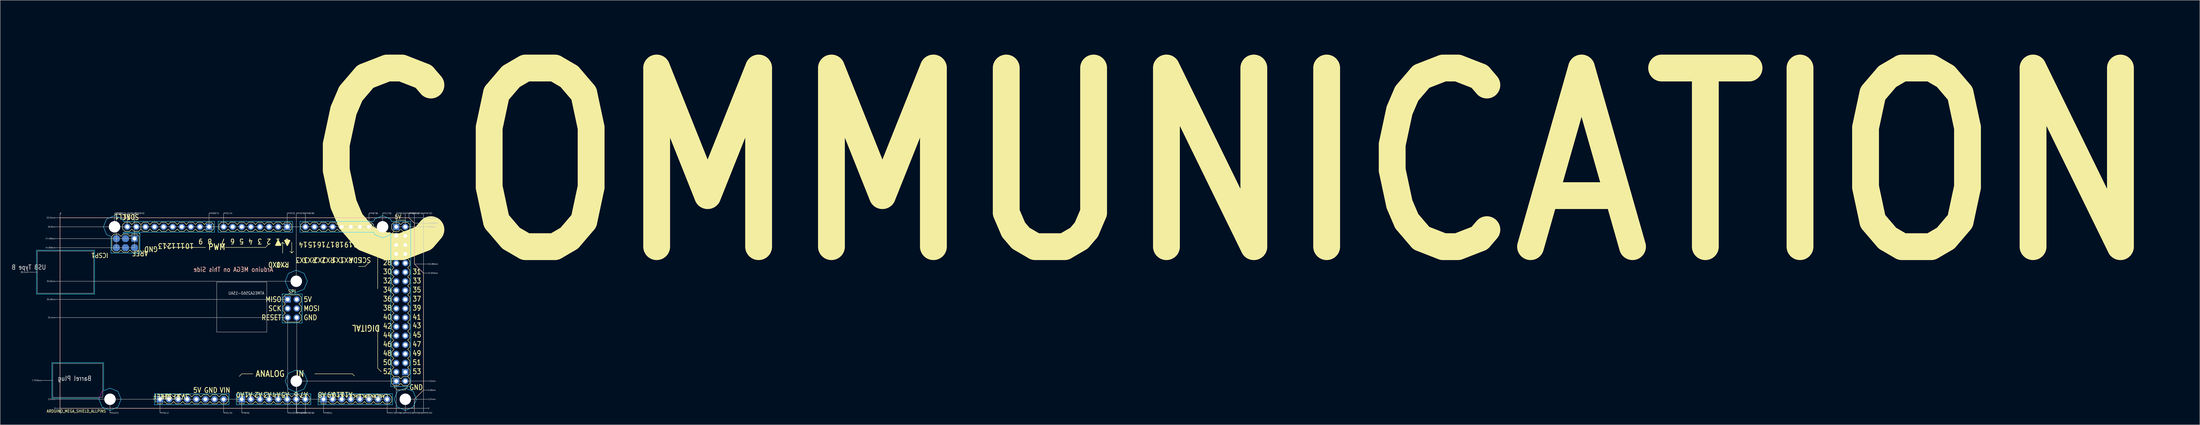
<source format=kicad_pcb>
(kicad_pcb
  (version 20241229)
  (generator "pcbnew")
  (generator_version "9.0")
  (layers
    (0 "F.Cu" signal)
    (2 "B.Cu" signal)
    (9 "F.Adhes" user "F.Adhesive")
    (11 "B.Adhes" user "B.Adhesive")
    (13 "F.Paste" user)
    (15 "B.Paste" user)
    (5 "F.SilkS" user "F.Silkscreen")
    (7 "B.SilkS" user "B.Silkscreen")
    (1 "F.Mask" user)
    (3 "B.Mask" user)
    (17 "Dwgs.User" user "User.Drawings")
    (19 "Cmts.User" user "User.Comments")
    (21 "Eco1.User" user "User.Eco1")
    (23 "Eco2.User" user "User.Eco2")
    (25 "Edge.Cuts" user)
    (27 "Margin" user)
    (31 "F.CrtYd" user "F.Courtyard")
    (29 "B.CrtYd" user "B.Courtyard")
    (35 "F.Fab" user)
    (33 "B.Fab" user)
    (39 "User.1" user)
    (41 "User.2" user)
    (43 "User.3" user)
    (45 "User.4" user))
  (footprint "ARDUINO_MEGA_SHIELD_ALLPINS"
    (layer "F.Cu")
    (at 13.73 111.235)
    (property "Reference" "ARDUINO_MEGA_SHIELD_ALLPINS" (at -3.81 1.27 0) (unlocked yes) (layer "F.SilkS") (effects (font (size 0.813 0.695) (thickness 0.122)) (justify left bottom)))
    (fp_circle (center 13.97 -2.54) (end 16.82 -2.54) (stroke (width 0) (type solid)) (fill yes) (layer "F.Mask"))
    (fp_circle (center 13.97 -2.54) (end 16.82 -2.54) (stroke (width 0) (type solid)) (fill yes) (layer "F.Mask"))
    (fp_circle (center 15.24 -50.8) (end 18.09 -50.8) (stroke (width 0) (type solid)) (fill yes) (layer "F.Mask"))
    (fp_circle (center 15.24 -50.8) (end 18.09 -50.8) (stroke (width 0) (type solid)) (fill yes) (layer "F.Mask"))
    (fp_circle (center 66.04 -35.56) (end 68.89 -35.56) (stroke (width 0) (type solid)) (fill yes) (layer "F.Mask"))
    (fp_circle (center 66.04 -35.56) (end 68.89 -35.56) (stroke (width 0) (type solid)) (fill yes) (layer "F.Mask"))
    (fp_circle (center 66.04 -7.62) (end 68.89 -7.62) (stroke (width 0) (type solid)) (fill yes) (layer "F.Mask"))
    (fp_circle (center 66.04 -7.62) (end 68.89 -7.62) (stroke (width 0) (type solid)) (fill yes) (layer "F.Mask"))
    (fp_circle (center 90.17 -50.8) (end 93.02 -50.8) (stroke (width 0) (type solid)) (fill yes) (layer "F.Mask"))
    (fp_circle (center 90.17 -50.8) (end 93.02 -50.8) (stroke (width 0) (type solid)) (fill yes) (layer "F.Mask"))
    (fp_circle (center 96.52 -2.54) (end 99.37 -2.54) (stroke (width 0) (type solid)) (fill yes) (layer "F.Mask"))
    (fp_circle (center 96.52 -2.54) (end 99.37 -2.54) (stroke (width 0) (type solid)) (fill yes) (layer "F.Mask"))
    (fp_circle (center 13.97 -2.54) (end 16.82 -2.54) (stroke (width 0) (type solid)) (fill yes) (layer "B.Mask"))
    (fp_circle (center 15.24 -50.8) (end 18.09 -50.8) (stroke (width 0) (type solid)) (fill yes) (layer "B.Mask"))
    (fp_circle (center 66.04 -35.56) (end 68.89 -35.56) (stroke (width 0) (type solid)) (fill yes) (layer "B.Mask"))
    (fp_circle (center 66.04 -7.62) (end 68.89 -7.62) (stroke (width 0) (type solid)) (fill yes) (layer "B.Mask"))
    (fp_circle (center 90.17 -50.8) (end 93.02 -50.8) (stroke (width 0) (type solid)) (fill yes) (layer "B.Mask"))
    (fp_circle (center 96.52 -2.54) (end 99.37 -2.54) (stroke (width 0) (type solid)) (fill yes) (layer "B.Mask"))
    (fp_line (start 0 -53.34) (end 97.536 -53.34) (stroke (width 0.127) (type solid)) (layer "F.SilkS"))
    (fp_line (start 0 0) (end 0 -53.34) (stroke (width 0.127) (type solid)) (layer "F.SilkS"))
    (fp_line (start 14.478 -48.133) (end 14.478 -44.323) (stroke (width 0.127) (type solid)) (layer "F.SilkS"))
    (fp_line (start 14.478 -44.323) (end 15.113 -43.688) (stroke (width 0.127) (type solid)) (layer "F.SilkS"))
    (fp_line (start 15.113 -48.768) (end 14.478 -48.133) (stroke (width 0.127) (type solid)) (layer "F.SilkS"))
    (fp_line (start 15.113 -43.688) (end 16.383 -43.688) (stroke (width 0.127) (type solid)) (layer "F.SilkS"))
    (fp_line (start 16.383 -48.768) (end 15.113 -48.768) (stroke (width 0.127) (type solid)) (layer "F.SilkS"))
    (fp_line (start 16.383 -43.688) (end 17.018 -44.323) (stroke (width 0.127) (type solid)) (layer "F.SilkS"))
    (fp_line (start 17.018 -48.133) (end 16.383 -48.768) (stroke (width 0.127) (type solid)) (layer "F.SilkS"))
    (fp_line (start 17.018 -44.323) (end 17.653 -43.688) (stroke (width 0.127) (type solid)) (layer "F.SilkS"))
    (fp_line (start 17.526 -51.435) (end 17.526 -50.165) (stroke (width 0.127) (type solid)) (layer "F.SilkS"))
    (fp_line (start 17.526 -50.165) (end 18.161 -49.53) (stroke (width 0.127) (type solid)) (layer "F.SilkS"))
    (fp_line (start 17.653 -48.768) (end 17.018 -48.133) (stroke (width 0.127) (type solid)) (layer "F.SilkS"))
    (fp_line (start 17.653 -43.688) (end 18.923 -43.688) (stroke (width 0.127) (type solid)) (layer "F.SilkS"))
    (fp_line (start 18.161 -52.07) (end 17.526 -51.435) (stroke (width 0.127) (type solid)) (layer "F.SilkS"))
    (fp_line (start 18.161 -49.53) (end 19.431 -49.53) (stroke (width 0.127) (type solid)) (layer "F.SilkS"))
    (fp_line (start 18.923 -48.768) (end 17.653 -48.768) (stroke (width 0.127) (type solid)) (layer "F.SilkS"))
    (fp_line (start 18.923 -43.688) (end 19.558 -44.323) (stroke (width 0.127) (type solid)) (layer "F.SilkS"))
    (fp_line (start 19.431 -52.07) (end 18.161 -52.07) (stroke (width 0.127) (type solid)) (layer "F.SilkS"))
    (fp_line (start 19.431 -49.53) (end 20.066 -50.165) (stroke (width 0.127) (type solid)) (layer "F.SilkS"))
    (fp_line (start 19.558 -48.133) (end 18.923 -48.768) (stroke (width 0.127) (type solid)) (layer "F.SilkS"))
    (fp_line (start 19.558 -44.323) (end 20.193 -43.688) (stroke (width 0.127) (type solid)) (layer "F.SilkS"))
    (fp_line (start 20.066 -51.435) (end 19.431 -52.07) (stroke (width 0.127) (type solid)) (layer "F.SilkS"))
    (fp_line (start 20.066 -50.165) (end 20.701 -49.53) (stroke (width 0.127) (type solid)) (layer "F.SilkS"))
    (fp_line (start 20.193 -48.768) (end 19.558 -48.133) (stroke (width 0.127) (type solid)) (layer "F.SilkS"))
    (fp_line (start 20.193 -43.688) (end 21.463 -43.688) (stroke (width 0.127) (type solid)) (layer "F.SilkS"))
    (fp_line (start 20.701 -52.07) (end 20.066 -51.435) (stroke (width 0.127) (type solid)) (layer "F.SilkS"))
    (fp_line (start 20.701 -49.53) (end 21.971 -49.53) (stroke (width 0.127) (type solid)) (layer "F.SilkS"))
    (fp_line (start 21.463 -48.768) (end 20.193 -48.768) (stroke (width 0.127) (type solid)) (layer "F.SilkS"))
    (fp_line (start 21.463 -43.688) (end 22.098 -44.323) (stroke (width 0.127) (type solid)) (layer "F.SilkS"))
    (fp_line (start 21.971 -52.07) (end 20.701 -52.07) (stroke (width 0.127) (type solid)) (layer "F.SilkS"))
    (fp_line (start 21.971 -49.53) (end 22.606 -50.165) (stroke (width 0.127) (type solid)) (layer "F.SilkS"))
    (fp_line (start 22.098 -48.133) (end 21.463 -48.768) (stroke (width 0.127) (type solid)) (layer "F.SilkS"))
    (fp_line (start 22.098 -44.323) (end 22.098 -48.133) (stroke (width 0.127) (type solid)) (layer "F.SilkS"))
    (fp_line (start 22.606 -51.435) (end 21.971 -52.07) (stroke (width 0.127) (type solid)) (layer "F.SilkS"))
    (fp_line (start 22.606 -51.435) (end 22.606 -50.165) (stroke (width 0.127) (type solid)) (layer "F.SilkS"))
    (fp_line (start 22.606 -50.165) (end 23.241 -49.53) (stroke (width 0.127) (type solid)) (layer "F.SilkS"))
    (fp_line (start 23.241 -52.07) (end 22.606 -51.435) (stroke (width 0.127) (type solid)) (layer "F.SilkS"))
    (fp_line (start 23.241 -49.53) (end 24.511 -49.53) (stroke (width 0.127) (type solid)) (layer "F.SilkS"))
    (fp_line (start 24.511 -52.07) (end 23.241 -52.07) (stroke (width 0.127) (type solid)) (layer "F.SilkS"))
    (fp_line (start 24.511 -49.53) (end 25.146 -50.165) (stroke (width 0.127) (type solid)) (layer "F.SilkS"))
    (fp_line (start 25.146 -51.435) (end 24.511 -52.07) (stroke (width 0.127) (type solid)) (layer "F.SilkS"))
    (fp_line (start 25.146 -50.165) (end 25.781 -49.53) (stroke (width 0.127) (type solid)) (layer "F.SilkS"))
    (fp_line (start 25.781 -52.07) (end 25.146 -51.435) (stroke (width 0.127) (type solid)) (layer "F.SilkS"))
    (fp_line (start 25.781 -49.53) (end 27.051 -49.53) (stroke (width 0.127) (type solid)) (layer "F.SilkS"))
    (fp_line (start 26.67 -3.175) (end 26.67 -1.905) (stroke (width 0.127) (type solid)) (layer "F.SilkS"))
    (fp_line (start 26.67 -1.905) (end 26.814 -1.761) (stroke (width 0.127) (type solid)) (layer "F.SilkS"))
    (fp_line (start 26.814 -3.319) (end 26.67 -3.175) (stroke (width 0.127) (type solid)) (layer "F.SilkS"))
    (fp_line (start 27.051 -52.07) (end 25.781 -52.07) (stroke (width 0.127) (type solid)) (layer "F.SilkS"))
    (fp_line (start 27.051 -49.53) (end 27.686 -50.165) (stroke (width 0.127) (type solid)) (layer "F.SilkS"))
    (fp_line (start 27.161 -1.414) (end 27.305 -1.27) (stroke (width 0.127) (type solid)) (layer "F.SilkS"))
    (fp_line (start 27.305 -3.81) (end 27.161 -3.666) (stroke (width 0.127) (type solid)) (layer "F.SilkS"))
    (fp_line (start 27.305 -3.81) (end 28.575 -3.81) (stroke (width 0.127) (type solid)) (layer "F.SilkS"))
    (fp_line (start 27.686 -51.435) (end 27.051 -52.07) (stroke (width 0.127) (type solid)) (layer "F.SilkS"))
    (fp_line (start 27.686 -50.165) (end 28.321 -49.53) (stroke (width 0.127) (type solid)) (layer "F.SilkS"))
    (fp_line (start 28.321 -52.07) (end 27.686 -51.435) (stroke (width 0.127) (type solid)) (layer "F.SilkS"))
    (fp_line (start 28.321 -49.53) (end 29.591 -49.53) (stroke (width 0.127) (type solid)) (layer "F.SilkS"))
    (fp_line (start 28.575 -3.81) (end 28.719 -3.666) (stroke (width 0.127) (type solid)) (layer "F.SilkS"))
    (fp_line (start 28.575 -1.27) (end 27.305 -1.27) (stroke (width 0.127) (type solid)) (layer "F.SilkS"))
    (fp_line (start 28.719 -1.414) (end 28.575 -1.27) (stroke (width 0.127) (type solid)) (layer "F.SilkS"))
    (fp_line (start 29.066 -3.319) (end 29.21 -3.175) (stroke (width 0.127) (type solid)) (layer "F.SilkS"))
    (fp_line (start 29.21 -3.175) (end 29.845 -3.81) (stroke (width 0.127) (type solid)) (layer "F.SilkS"))
    (fp_line (start 29.21 -1.905) (end 29.066 -1.761) (stroke (width 0.127) (type solid)) (layer "F.SilkS"))
    (fp_line (start 29.591 -52.07) (end 28.321 -52.07) (stroke (width 0.127) (type solid)) (layer "F.SilkS"))
    (fp_line (start 29.591 -49.53) (end 30.226 -50.165) (stroke (width 0.127) (type solid)) (layer "F.SilkS"))
    (fp_line (start 29.845 -3.81) (end 31.115 -3.81) (stroke (width 0.127) (type solid)) (layer "F.SilkS"))
    (fp_line (start 29.845 -1.27) (end 29.21 -1.905) (stroke (width 0.127) (type solid)) (layer "F.SilkS"))
    (fp_line (start 30.226 -51.435) (end 29.591 -52.07) (stroke (width 0.127) (type solid)) (layer "F.SilkS"))
    (fp_line (start 30.226 -50.165) (end 30.861 -49.53) (stroke (width 0.127) (type solid)) (layer "F.SilkS"))
    (fp_line (start 30.251 -45.034) (end 29.362 -45.923) (stroke (width 0.127) (type solid)) (layer "F.SilkS"))
    (fp_line (start 30.861 -52.07) (end 30.226 -51.435) (stroke (width 0.127) (type solid)) (layer "F.SilkS"))
    (fp_line (start 30.861 -49.53) (end 32.131 -49.53) (stroke (width 0.127) (type solid)) (layer "F.SilkS"))
    (fp_line (start 31.115 -3.81) (end 31.75 -3.175) (stroke (width 0.127) (type solid)) (layer "F.SilkS"))
    (fp_line (start 31.115 -1.27) (end 29.845 -1.27) (stroke (width 0.127) (type solid)) (layer "F.SilkS"))
    (fp_line (start 31.75 -3.175) (end 32.385 -3.81) (stroke (width 0.127) (type solid)) (layer "F.SilkS"))
    (fp_line (start 31.75 -1.905) (end 31.115 -1.27) (stroke (width 0.127) (type solid)) (layer "F.SilkS"))
    (fp_line (start 31.757 -1.918) (end 32.392 -1.283) (stroke (width 0.127) (type solid)) (layer "F.SilkS"))
    (fp_line (start 32.131 -52.07) (end 30.861 -52.07) (stroke (width 0.127) (type solid)) (layer "F.SilkS"))
    (fp_line (start 32.131 -49.53) (end 32.766 -50.165) (stroke (width 0.127) (type solid)) (layer "F.SilkS"))
    (fp_line (start 32.385 -1.27) (end 31.75 -1.905) (stroke (width 0.127) (type solid)) (layer "F.SilkS"))
    (fp_line (start 32.392 -3.823) (end 31.757 -3.188) (stroke (width 0.127) (type solid)) (layer "F.SilkS"))
    (fp_line (start 32.392 -3.823) (end 33.662 -3.823) (stroke (width 0.127) (type solid)) (layer "F.SilkS"))
    (fp_line (start 32.766 -51.435) (end 32.131 -52.07) (stroke (width 0.127) (type solid)) (layer "F.SilkS"))
    (fp_line (start 32.766 -50.165) (end 33.401 -49.53) (stroke (width 0.127) (type solid)) (layer "F.SilkS"))
    (fp_line (start 33.401 -52.07) (end 32.766 -51.435) (stroke (width 0.127) (type solid)) (layer "F.SilkS"))
    (fp_line (start 33.401 -49.53) (end 34.671 -49.53) (stroke (width 0.127) (type solid)) (layer "F.SilkS"))
    (fp_line (start 33.662 -3.823) (end 34.297 -3.188) (stroke (width 0.127) (type solid)) (layer "F.SilkS"))
    (fp_line (start 33.662 -1.283) (end 32.392 -1.283) (stroke (width 0.127) (type solid)) (layer "F.SilkS"))
    (fp_line (start 34.297 -3.188) (end 34.932 -3.823) (stroke (width 0.127) (type solid)) (layer "F.SilkS"))
    (fp_line (start 34.297 -1.918) (end 33.662 -1.283) (stroke (width 0.127) (type solid)) (layer "F.SilkS"))
    (fp_line (start 34.671 -52.07) (end 33.401 -52.07) (stroke (width 0.127) (type solid)) (layer "F.SilkS"))
    (fp_line (start 34.671 -49.53) (end 35.306 -50.165) (stroke (width 0.127) (type solid)) (layer "F.SilkS"))
    (fp_line (start 34.932 -3.823) (end 36.202 -3.823) (stroke (width 0.127) (type solid)) (layer "F.SilkS"))
    (fp_line (start 34.932 -1.283) (end 34.297 -1.918) (stroke (width 0.127) (type solid)) (layer "F.SilkS"))
    (fp_line (start 35.306 -51.435) (end 34.671 -52.07) (stroke (width 0.127) (type solid)) (layer "F.SilkS"))
    (fp_line (start 35.306 -50.165) (end 35.941 -49.53) (stroke (width 0.127) (type solid)) (layer "F.SilkS"))
    (fp_line (start 35.941 -52.07) (end 35.306 -51.435) (stroke (width 0.127) (type solid)) (layer "F.SilkS"))
    (fp_line (start 35.941 -49.53) (end 37.211 -49.53) (stroke (width 0.127) (type solid)) (layer "F.SilkS"))
    (fp_line (start 36.202 -3.823) (end 36.837 -3.188) (stroke (width 0.127) (type solid)) (layer "F.SilkS"))
    (fp_line (start 36.202 -1.283) (end 34.932 -1.283) (stroke (width 0.127) (type solid)) (layer "F.SilkS"))
    (fp_line (start 36.837 -3.188) (end 37.472 -3.823) (stroke (width 0.127) (type solid)) (layer "F.SilkS"))
    (fp_line (start 36.837 -1.918) (end 36.202 -1.283) (stroke (width 0.127) (type solid)) (layer "F.SilkS"))
    (fp_line (start 37.211 -52.07) (end 35.941 -52.07) (stroke (width 0.127) (type solid)) (layer "F.SilkS"))
    (fp_line (start 37.211 -49.53) (end 37.846 -50.165) (stroke (width 0.127) (type solid)) (layer "F.SilkS"))
    (fp_line (start 37.472 -3.823) (end 38.742 -3.823) (stroke (width 0.127) (type solid)) (layer "F.SilkS"))
    (fp_line (start 37.472 -1.283) (end 36.837 -1.918) (stroke (width 0.127) (type solid)) (layer "F.SilkS"))
    (fp_line (start 37.846 -51.435) (end 37.211 -52.07) (stroke (width 0.127) (type solid)) (layer "F.SilkS"))
    (fp_line (start 37.846 -50.165) (end 38.481 -49.53) (stroke (width 0.127) (type solid)) (layer "F.SilkS"))
    (fp_line (start 38.481 -52.07) (end 37.846 -51.435) (stroke (width 0.127) (type solid)) (layer "F.SilkS"))
    (fp_line (start 38.481 -49.53) (end 39.751 -49.53) (stroke (width 0.127) (type solid)) (layer "F.SilkS"))
    (fp_line (start 38.742 -3.823) (end 39.377 -3.188) (stroke (width 0.127) (type solid)) (layer "F.SilkS"))
    (fp_line (start 38.742 -1.283) (end 37.472 -1.283) (stroke (width 0.127) (type solid)) (layer "F.SilkS"))
    (fp_line (start 39.377 -1.918) (end 38.742 -1.283) (stroke (width 0.127) (type solid)) (layer "F.SilkS"))
    (fp_line (start 39.377 -1.918) (end 40.012 -1.283) (stroke (width 0.127) (type solid)) (layer "F.SilkS"))
    (fp_line (start 39.751 -52.07) (end 38.481 -52.07) (stroke (width 0.127) (type solid)) (layer "F.SilkS"))
    (fp_line (start 39.751 -49.53) (end 40.386 -50.165) (stroke (width 0.127) (type solid)) (layer "F.SilkS"))
    (fp_line (start 40.012 -3.823) (end 39.377 -3.188) (stroke (width 0.127) (type solid)) (layer "F.SilkS"))
    (fp_line (start 40.012 -3.823) (end 41.282 -3.823) (stroke (width 0.127) (type solid)) (layer "F.SilkS"))
    (fp_line (start 40.386 -51.435) (end 39.751 -52.07) (stroke (width 0.127) (type solid)) (layer "F.SilkS"))
    (fp_line (start 40.386 -50.165) (end 41.021 -49.53) (stroke (width 0.127) (type solid)) (layer "F.SilkS"))
    (fp_line (start 40.665 -45.034) (end 30.251 -45.034) (stroke (width 0.127) (type solid)) (layer "F.SilkS"))
    (fp_line (start 41.021 -52.07) (end 40.386 -51.435) (stroke (width 0.127) (type solid)) (layer "F.SilkS"))
    (fp_line (start 41.021 -49.53) (end 42.291 -49.53) (stroke (width 0.127) (type solid)) (layer "F.SilkS"))
    (fp_line (start 41.282 -3.823) (end 41.917 -3.188) (stroke (width 0.127) (type solid)) (layer "F.SilkS"))
    (fp_line (start 41.282 -1.283) (end 40.012 -1.283) (stroke (width 0.127) (type solid)) (layer "F.SilkS"))
    (fp_line (start 41.917 -3.188) (end 42.552 -3.823) (stroke (width 0.127) (type solid)) (layer "F.SilkS"))
    (fp_line (start 41.917 -1.918) (end 41.282 -1.283) (stroke (width 0.127) (type solid)) (layer "F.SilkS"))
    (fp_line (start 42.291 -52.07) (end 41.021 -52.07) (stroke (width 0.127) (type solid)) (layer "F.SilkS"))
    (fp_line (start 42.291 -49.53) (end 42.926 -50.165) (stroke (width 0.127) (type solid)) (layer "F.SilkS"))
    (fp_line (start 42.552 -3.823) (end 43.822 -3.823) (stroke (width 0.127) (type solid)) (layer "F.SilkS"))
    (fp_line (start 42.552 -1.283) (end 41.917 -1.918) (stroke (width 0.127) (type solid)) (layer "F.SilkS"))
    (fp_line (start 42.926 -51.435) (end 42.291 -52.07) (stroke (width 0.127) (type solid)) (layer "F.SilkS"))
    (fp_line (start 42.926 -50.165) (end 42.926 -51.435) (stroke (width 0.127) (type solid)) (layer "F.SilkS"))
    (fp_line (start 43.822 -3.823) (end 44.457 -3.188) (stroke (width 0.127) (type solid)) (layer "F.SilkS"))
    (fp_line (start 43.822 -1.283) (end 42.552 -1.283) (stroke (width 0.127) (type solid)) (layer "F.SilkS"))
    (fp_line (start 44.45 -51.435) (end 44.45 -50.165) (stroke (width 0.127) (type solid)) (layer "F.SilkS"))
    (fp_line (start 44.45 -50.165) (end 45.085 -49.53) (stroke (width 0.127) (type solid)) (layer "F.SilkS"))
    (fp_line (start 44.457 -3.188) (end 45.092 -3.823) (stroke (width 0.127) (type solid)) (layer "F.SilkS"))
    (fp_line (start 44.457 -1.918) (end 43.822 -1.283) (stroke (width 0.127) (type solid)) (layer "F.SilkS"))
    (fp_line (start 45.085 -52.07) (end 44.45 -51.435) (stroke (width 0.127) (type solid)) (layer "F.SilkS"))
    (fp_line (start 45.085 -49.53) (end 46.355 -49.53) (stroke (width 0.127) (type solid)) (layer "F.SilkS"))
    (fp_line (start 45.092 -3.823) (end 46.362 -3.823) (stroke (width 0.127) (type solid)) (layer "F.SilkS"))
    (fp_line (start 45.092 -1.283) (end 44.457 -1.918) (stroke (width 0.127) (type solid)) (layer "F.SilkS"))
    (fp_line (start 46.253 -45.034) (end 57.429 -45.034) (stroke (width 0.127) (type solid)) (layer "F.SilkS"))
    (fp_line (start 46.355 -52.07) (end 45.085 -52.07) (stroke (width 0.127) (type solid)) (layer "F.SilkS"))
    (fp_line (start 46.355 -49.53) (end 46.99 -50.165) (stroke (width 0.127) (type solid)) (layer "F.SilkS"))
    (fp_line (start 46.362 -3.823) (end 46.997 -3.188) (stroke (width 0.127) (type solid)) (layer "F.SilkS"))
    (fp_line (start 46.362 -1.283) (end 45.092 -1.283) (stroke (width 0.127) (type solid)) (layer "F.SilkS"))
    (fp_line (start 46.99 -51.435) (end 46.355 -52.07) (stroke (width 0.127) (type solid)) (layer "F.SilkS"))
    (fp_line (start 46.99 -50.165) (end 47.625 -49.53) (stroke (width 0.127) (type solid)) (layer "F.SilkS"))
    (fp_line (start 46.997 -3.188) (end 46.997 -1.918) (stroke (width 0.127) (type solid)) (layer "F.SilkS"))
    (fp_line (start 46.997 -1.918) (end 46.362 -1.283) (stroke (width 0.127) (type solid)) (layer "F.SilkS"))
    (fp_line (start 47.625 -52.07) (end 46.99 -51.435) (stroke (width 0.127) (type solid)) (layer "F.SilkS"))
    (fp_line (start 47.625 -49.53) (end 48.895 -49.53) (stroke (width 0.127) (type solid)) (layer "F.SilkS"))
    (fp_line (start 48.895 -52.07) (end 47.625 -52.07) (stroke (width 0.127) (type solid)) (layer "F.SilkS"))
    (fp_line (start 48.895 -49.53) (end 49.53 -50.165) (stroke (width 0.127) (type solid)) (layer "F.SilkS"))
    (fp_line (start 49.53 -51.435) (end 48.895 -52.07) (stroke (width 0.127) (type solid)) (layer "F.SilkS"))
    (fp_line (start 49.53 -50.165) (end 50.165 -49.53) (stroke (width 0.127) (type solid)) (layer "F.SilkS"))
    (fp_line (start 49.53 -3.188) (end 49.53 -1.918) (stroke (width 0.127) (type solid)) (layer "F.SilkS"))
    (fp_line (start 49.53 -1.918) (end 49.674 -1.774) (stroke (width 0.127) (type solid)) (layer "F.SilkS"))
    (fp_line (start 49.674 -3.332) (end 49.53 -3.188) (stroke (width 0.127) (type solid)) (layer "F.SilkS"))
    (fp_line (start 50.034 -1.414) (end 50.165 -1.283) (stroke (width 0.127) (type solid)) (layer "F.SilkS"))
    (fp_line (start 50.165 -52.07) (end 49.53 -51.435) (stroke (width 0.127) (type solid)) (layer "F.SilkS"))
    (fp_line (start 50.165 -49.53) (end 51.435 -49.53) (stroke (width 0.127) (type solid)) (layer "F.SilkS"))
    (fp_line (start 50.165 -3.823) (end 50.008 -3.666) (stroke (width 0.127) (type solid)) (layer "F.SilkS"))
    (fp_line (start 50.165 -3.823) (end 51.435 -3.823) (stroke (width 0.127) (type solid)) (layer "F.SilkS"))
    (fp_line (start 50.825 -9.652) (end 50.114 -8.941) (stroke (width 0.127) (type solid)) (layer "F.SilkS"))
    (fp_line (start 51.435 -52.07) (end 50.165 -52.07) (stroke (width 0.127) (type solid)) (layer "F.SilkS"))
    (fp_line (start 51.435 -49.53) (end 52.07 -50.165) (stroke (width 0.127) (type solid)) (layer "F.SilkS"))
    (fp_line (start 51.435 -3.823) (end 51.592 -3.666) (stroke (width 0.127) (type solid)) (layer "F.SilkS"))
    (fp_line (start 51.435 -1.283) (end 50.165 -1.283) (stroke (width 0.127) (type solid)) (layer "F.SilkS"))
    (fp_line (start 51.566 -1.414) (end 51.435 -1.283) (stroke (width 0.127) (type solid)) (layer "F.SilkS"))
    (fp_line (start 51.926 -3.332) (end 52.07 -3.188) (stroke (width 0.127) (type solid)) (layer "F.SilkS"))
    (fp_line (start 52.07 -51.435) (end 51.435 -52.07) (stroke (width 0.127) (type solid)) (layer "F.SilkS"))
    (fp_line (start 52.07 -50.165) (end 52.705 -49.53) (stroke (width 0.127) (type solid)) (layer "F.SilkS"))
    (fp_line (start 52.07 -3.188) (end 52.705 -3.823) (stroke (width 0.127) (type solid)) (layer "F.SilkS"))
    (fp_line (start 52.07 -1.918) (end 51.926 -1.774) (stroke (width 0.127) (type solid)) (layer "F.SilkS"))
    (fp_line (start 52.705 -52.07) (end 52.07 -51.435) (stroke (width 0.127) (type solid)) (layer "F.SilkS"))
    (fp_line (start 52.705 -49.53) (end 53.975 -49.53) (stroke (width 0.127) (type solid)) (layer "F.SilkS"))
    (fp_line (start 52.705 -3.823) (end 53.975 -3.823) (stroke (width 0.127) (type solid)) (layer "F.SilkS"))
    (fp_line (start 52.705 -1.283) (end 52.07 -1.918) (stroke (width 0.127) (type solid)) (layer "F.SilkS"))
    (fp_line (start 53.873 -9.652) (end 50.825 -9.652) (stroke (width 0.127) (type solid)) (layer "F.SilkS"))
    (fp_line (start 53.975 -52.07) (end 52.705 -52.07) (stroke (width 0.127) (type solid)) (layer "F.SilkS"))
    (fp_line (start 53.975 -49.53) (end 54.61 -50.165) (stroke (width 0.127) (type solid)) (layer "F.SilkS"))
    (fp_line (start 53.975 -3.823) (end 54.61 -3.188) (stroke (width 0.127) (type solid)) (layer "F.SilkS"))
    (fp_line (start 53.975 -1.283) (end 52.705 -1.283) (stroke (width 0.127) (type solid)) (layer "F.SilkS"))
    (fp_line (start 54.61 -51.435) (end 53.975 -52.07) (stroke (width 0.127) (type solid)) (layer "F.SilkS"))
    (fp_line (start 54.61 -50.165) (end 55.245 -49.53) (stroke (width 0.127) (type solid)) (layer "F.SilkS"))
    (fp_line (start 54.61 -3.188) (end 55.245 -3.823) (stroke (width 0.127) (type solid)) (layer "F.SilkS"))
    (fp_line (start 54.61 -1.918) (end 53.975 -1.283) (stroke (width 0.127) (type solid)) (layer "F.SilkS"))
    (fp_line (start 55.245 -52.07) (end 54.61 -51.435) (stroke (width 0.127) (type solid)) (layer "F.SilkS"))
    (fp_line (start 55.245 -49.53) (end 56.515 -49.53) (stroke (width 0.127) (type solid)) (layer "F.SilkS"))
    (fp_line (start 55.245 -3.823) (end 56.515 -3.823) (stroke (width 0.127) (type solid)) (layer "F.SilkS"))
    (fp_line (start 55.245 -1.283) (end 54.61 -1.918) (stroke (width 0.127) (type solid)) (layer "F.SilkS"))
    (fp_line (start 56.515 -52.07) (end 55.245 -52.07) (stroke (width 0.127) (type solid)) (layer "F.SilkS"))
    (fp_line (start 56.515 -49.53) (end 57.15 -50.165) (stroke (width 0.127) (type solid)) (layer "F.SilkS"))
    (fp_line (start 56.515 -3.823) (end 57.15 -3.188) (stroke (width 0.127) (type solid)) (layer "F.SilkS"))
    (fp_line (start 56.515 -1.283) (end 55.245 -1.283) (stroke (width 0.127) (type solid)) (layer "F.SilkS"))
    (fp_line (start 57.15 -51.435) (end 56.515 -52.07) (stroke (width 0.127) (type solid)) (layer "F.SilkS"))
    (fp_line (start 57.15 -50.165) (end 57.785 -49.53) (stroke (width 0.127) (type solid)) (layer "F.SilkS"))
    (fp_line (start 57.15 -1.918) (end 56.515 -1.283) (stroke (width 0.127) (type solid)) (layer "F.SilkS"))
    (fp_line (start 57.15 -1.918) (end 57.785 -1.283) (stroke (width 0.127) (type solid)) (layer "F.SilkS"))
    (fp_line (start 57.429 -45.034) (end 58.445 -46.05) (stroke (width 0.127) (type solid)) (layer "F.SilkS"))
    (fp_line (start 57.785 -52.07) (end 57.15 -51.435) (stroke (width 0.127) (type solid)) (layer "F.SilkS"))
    (fp_line (start 57.785 -49.53) (end 59.055 -49.53) (stroke (width 0.127) (type solid)) (layer "F.SilkS"))
    (fp_line (start 57.785 -3.823) (end 57.15 -3.188) (stroke (width 0.127) (type solid)) (layer "F.SilkS"))
    (fp_line (start 57.785 -3.823) (end 59.055 -3.823) (stroke (width 0.127) (type solid)) (layer "F.SilkS"))
    (fp_line (start 59.055 -52.07) (end 57.785 -52.07) (stroke (width 0.127) (type solid)) (layer "F.SilkS"))
    (fp_line (start 59.055 -49.53) (end 59.69 -50.165) (stroke (width 0.127) (type solid)) (layer "F.SilkS"))
    (fp_line (start 59.055 -3.823) (end 59.69 -3.188) (stroke (width 0.127) (type solid)) (layer "F.SilkS"))
    (fp_line (start 59.055 -1.283) (end 57.785 -1.283) (stroke (width 0.127) (type solid)) (layer "F.SilkS"))
    (fp_line (start 59.69 -51.435) (end 59.055 -52.07) (stroke (width 0.127) (type solid)) (layer "F.SilkS"))
    (fp_line (start 59.69 -50.165) (end 60.325 -49.53) (stroke (width 0.127) (type solid)) (layer "F.SilkS"))
    (fp_line (start 59.69 -3.188) (end 60.325 -3.823) (stroke (width 0.127) (type solid)) (layer "F.SilkS"))
    (fp_line (start 59.69 -1.918) (end 59.055 -1.283) (stroke (width 0.127) (type solid)) (layer "F.SilkS"))
    (fp_line (start 60.325 -52.07) (end 59.69 -51.435) (stroke (width 0.127) (type solid)) (layer "F.SilkS"))
    (fp_line (start 60.325 -49.53) (end 61.595 -49.53) (stroke (width 0.127) (type solid)) (layer "F.SilkS"))
    (fp_line (start 60.325 -3.823) (end 61.595 -3.823) (stroke (width 0.127) (type solid)) (layer "F.SilkS"))
    (fp_line (start 60.325 -1.283) (end 59.69 -1.918) (stroke (width 0.127) (type solid)) (layer "F.SilkS"))
    (fp_line (start 60.35 -45.669) (end 60.985 -46.939) (stroke (width 0.406) (type solid)) (layer "F.SilkS"))
    (fp_line (start 60.35 -45.669) (end 60.985 -46.304) (stroke (width 0.406) (type solid)) (layer "F.SilkS"))
    (fp_line (start 60.985 -46.939) (end 61.62 -45.669) (stroke (width 0.406) (type solid)) (layer "F.SilkS"))
    (fp_line (start 60.985 -46.304) (end 60.985 -45.669) (stroke (width 0.406) (type solid)) (layer "F.SilkS"))
    (fp_line (start 60.985 -45.669) (end 60.35 -45.669) (stroke (width 0.406) (type solid)) (layer "F.SilkS"))
    (fp_line (start 60.985 -45.669) (end 61.62 -45.669) (stroke (width 0.406) (type solid)) (layer "F.SilkS"))
    (fp_line (start 61.112 -40.843) (end 62.255 -39.7) (stroke (width 0.127) (type solid)) (layer "F.SilkS"))
    (fp_line (start 61.595 -52.07) (end 60.325 -52.07) (stroke (width 0.127) (type solid)) (layer "F.SilkS"))
    (fp_line (start 61.595 -49.53) (end 62.23 -50.165) (stroke (width 0.127) (type solid)) (layer "F.SilkS"))
    (fp_line (start 61.595 -3.823) (end 62.23 -3.188) (stroke (width 0.127) (type solid)) (layer "F.SilkS"))
    (fp_line (start 61.595 -1.283) (end 60.325 -1.283) (stroke (width 0.127) (type solid)) (layer "F.SilkS"))
    (fp_line (start 61.62 -45.669) (end 60.985 -46.304) (stroke (width 0.406) (type solid)) (layer "F.SilkS"))
    (fp_line (start 62.23 -51.435) (end 61.595 -52.07) (stroke (width 0.127) (type solid)) (layer "F.SilkS"))
    (fp_line (start 62.23 -50.165) (end 62.865 -49.53) (stroke (width 0.127) (type solid)) (layer "F.SilkS"))
    (fp_line (start 62.23 -46.482) (end 61.722 -45.974) (stroke (width 0.127) (type solid)) (layer "F.SilkS"))
    (fp_line (start 62.23 -46.482) (end 62.738 -45.974) (stroke (width 0.127) (type solid)) (layer "F.SilkS"))
    (fp_line (start 62.23 -43.434) (end 62.23 -46.482) (stroke (width 0.127) (type solid)) (layer "F.SilkS"))
    (fp_line (start 62.23 -3.188) (end 62.865 -3.823) (stroke (width 0.127) (type solid)) (layer "F.SilkS"))
    (fp_line (start 62.23 -1.918) (end 61.595 -1.283) (stroke (width 0.127) (type solid)) (layer "F.SilkS"))
    (fp_line (start 62.255 -39.7) (end 63.525 -39.7) (stroke (width 0.127) (type solid)) (layer "F.SilkS"))
    (fp_line (start 62.357 -31.115) (end 62.357 -29.845) (stroke (width 0.127) (type solid)) (layer "F.SilkS"))
    (fp_line (start 62.357 -29.845) (end 62.992 -29.21) (stroke (width 0.127) (type solid)) (layer "F.SilkS"))
    (fp_line (start 62.357 -28.575) (end 62.357 -27.305) (stroke (width 0.127) (type solid)) (layer "F.SilkS"))
    (fp_line (start 62.357 -27.305) (end 62.992 -26.67) (stroke (width 0.127) (type solid)) (layer "F.SilkS"))
    (fp_line (start 62.357 -26.035) (end 62.357 -24.765) (stroke (width 0.127) (type solid)) (layer "F.SilkS"))
    (fp_line (start 62.357 -24.765) (end 62.992 -24.13) (stroke (width 0.127) (type solid)) (layer "F.SilkS"))
    (fp_line (start 62.865 -52.07) (end 62.23 -51.435) (stroke (width 0.127) (type solid)) (layer "F.SilkS"))
    (fp_line (start 62.865 -49.53) (end 64.135 -49.53) (stroke (width 0.127) (type solid)) (layer "F.SilkS"))
    (fp_line (start 62.865 -3.823) (end 64.135 -3.823) (stroke (width 0.127) (type solid)) (layer "F.SilkS"))
    (fp_line (start 62.865 -1.283) (end 62.23 -1.918) (stroke (width 0.127) (type solid)) (layer "F.SilkS"))
    (fp_line (start 62.89 -46.939) (end 63.525 -46.939) (stroke (width 0.406) (type solid)) (layer "F.SilkS"))
    (fp_line (start 62.89 -46.939) (end 63.525 -46.304) (stroke (width 0.406) (type solid)) (layer "F.SilkS"))
    (fp_line (start 62.992 -31.75) (end 62.357 -31.115) (stroke (width 0.127) (type solid)) (layer "F.SilkS"))
    (fp_line (start 62.992 -29.21) (end 62.357 -28.575) (stroke (width 0.127) (type solid)) (layer "F.SilkS"))
    (fp_line (start 62.992 -26.67) (end 62.357 -26.035) (stroke (width 0.127) (type solid)) (layer "F.SilkS"))
    (fp_line (start 62.992 -24.13) (end 66.802 -24.13) (stroke (width 0.127) (type solid)) (layer "F.SilkS"))
    (fp_line (start 63.525 -46.939) (end 63.525 -46.304) (stroke (width 0.406) (type solid)) (layer "F.SilkS"))
    (fp_line (start 63.525 -46.304) (end 64.16 -46.939) (stroke (width 0.406) (type solid)) (layer "F.SilkS"))
    (fp_line (start 63.525 -45.669) (end 62.89 -46.939) (stroke (width 0.406) (type solid)) (layer "F.SilkS"))
    (fp_line (start 64.135 -52.07) (end 62.865 -52.07) (stroke (width 0.127) (type solid)) (layer "F.SilkS"))
    (fp_line (start 64.135 -49.53) (end 64.77 -50.165) (stroke (width 0.127) (type solid)) (layer "F.SilkS"))
    (fp_line (start 64.135 -3.823) (end 64.77 -3.188) (stroke (width 0.127) (type solid)) (layer "F.SilkS"))
    (fp_line (start 64.135 -1.283) (end 62.865 -1.283) (stroke (width 0.127) (type solid)) (layer "F.SilkS"))
    (fp_line (start 64.16 -46.939) (end 63.525 -46.939) (stroke (width 0.406) (type solid)) (layer "F.SilkS"))
    (fp_line (start 64.16 -46.939) (end 63.525 -45.669) (stroke (width 0.406) (type solid)) (layer "F.SilkS"))
    (fp_line (start 64.77 -51.435) (end 64.135 -52.07) (stroke (width 0.127) (type solid)) (layer "F.SilkS"))
    (fp_line (start 64.77 -50.165) (end 64.77 -51.435) (stroke (width 0.127) (type solid)) (layer "F.SilkS"))
    (fp_line (start 64.77 -46.482) (end 64.77 -43.434) (stroke (width 0.127) (type solid)) (layer "F.SilkS"))
    (fp_line (start 64.77 -43.434) (end 64.262 -43.942) (stroke (width 0.127) (type solid)) (layer "F.SilkS"))
    (fp_line (start 64.77 -43.434) (end 65.278 -43.942) (stroke (width 0.127) (type solid)) (layer "F.SilkS"))
    (fp_line (start 64.77 -1.918) (end 64.135 -1.283) (stroke (width 0.127) (type solid)) (layer "F.SilkS"))
    (fp_line (start 64.77 -1.918) (end 65.405 -1.283) (stroke (width 0.127) (type solid)) (layer "F.SilkS"))
    (fp_line (start 65.405 -3.823) (end 64.77 -3.188) (stroke (width 0.127) (type solid)) (layer "F.SilkS"))
    (fp_line (start 65.405 -3.823) (end 66.675 -3.823) (stroke (width 0.127) (type solid)) (layer "F.SilkS"))
    (fp_line (start 66.675 -3.823) (end 67.31 -3.188) (stroke (width 0.127) (type solid)) (layer "F.SilkS"))
    (fp_line (start 66.675 -1.283) (end 65.405 -1.283) (stroke (width 0.127) (type solid)) (layer "F.SilkS"))
    (fp_line (start 66.802 -31.75) (end 62.992 -31.75) (stroke (width 0.127) (type solid)) (layer "F.SilkS"))
    (fp_line (start 66.802 -29.21) (end 67.437 -29.845) (stroke (width 0.127) (type solid)) (layer "F.SilkS"))
    (fp_line (start 66.802 -26.67) (end 67.437 -27.305) (stroke (width 0.127) (type solid)) (layer "F.SilkS"))
    (fp_line (start 66.802 -24.13) (end 67.437 -24.765) (stroke (width 0.127) (type solid)) (layer "F.SilkS"))
    (fp_line (start 67.31 -51.435) (end 67.31 -50.165) (stroke (width 0.127) (type solid)) (layer "F.SilkS"))
    (fp_line (start 67.31 -50.165) (end 67.945 -49.53) (stroke (width 0.127) (type solid)) (layer "F.SilkS"))
    (fp_line (start 67.31 -1.918) (end 66.675 -1.283) (stroke (width 0.127) (type solid)) (layer "F.SilkS"))
    (fp_line (start 67.31 -1.918) (end 67.945 -1.283) (stroke (width 0.127) (type solid)) (layer "F.SilkS"))
    (fp_line (start 67.437 -31.115) (end 66.802 -31.75) (stroke (width 0.127) (type solid)) (layer "F.SilkS"))
    (fp_line (start 67.437 -29.845) (end 67.437 -31.115) (stroke (width 0.127) (type solid)) (layer "F.SilkS"))
    (fp_line (start 67.437 -28.575) (end 66.802 -29.21) (stroke (width 0.127) (type solid)) (layer "F.SilkS"))
    (fp_line (start 67.437 -27.305) (end 67.437 -28.575) (stroke (width 0.127) (type solid)) (layer "F.SilkS"))
    (fp_line (start 67.437 -26.035) (end 66.802 -26.67) (stroke (width 0.127) (type solid)) (layer "F.SilkS"))
    (fp_line (start 67.437 -24.765) (end 67.437 -26.035) (stroke (width 0.127) (type solid)) (layer "F.SilkS"))
    (fp_line (start 67.945 -52.07) (end 67.31 -51.435) (stroke (width 0.127) (type solid)) (layer "F.SilkS"))
    (fp_line (start 67.945 -49.53) (end 69.215 -49.53) (stroke (width 0.127) (type solid)) (layer "F.SilkS"))
    (fp_line (start 67.945 -3.823) (end 67.31 -3.188) (stroke (width 0.127) (type solid)) (layer "F.SilkS"))
    (fp_line (start 67.945 -3.823) (end 69.215 -3.823) (stroke (width 0.127) (type solid)) (layer "F.SilkS"))
    (fp_line (start 69.215 -52.07) (end 67.945 -52.07) (stroke (width 0.127) (type solid)) (layer "F.SilkS"))
    (fp_line (start 69.215 -49.53) (end 69.85 -50.165) (stroke (width 0.127) (type solid)) (layer "F.SilkS"))
    (fp_line (start 69.215 -3.823) (end 69.85 -3.188) (stroke (width 0.127) (type solid)) (layer "F.SilkS"))
    (fp_line (start 69.215 -1.283) (end 67.945 -1.283) (stroke (width 0.127) (type solid)) (layer "F.SilkS"))
    (fp_line (start 69.85 -51.435) (end 69.215 -52.07) (stroke (width 0.127) (type solid)) (layer "F.SilkS"))
    (fp_line (start 69.85 -50.165) (end 70.485 -49.53) (stroke (width 0.127) (type solid)) (layer "F.SilkS"))
    (fp_line (start 69.85 -3.188) (end 69.85 -1.918) (stroke (width 0.127) (type solid)) (layer "F.SilkS"))
    (fp_line (start 69.85 -1.918) (end 69.215 -1.283) (stroke (width 0.127) (type solid)) (layer "F.SilkS"))
    (fp_line (start 70.485 -52.07) (end 69.85 -51.435) (stroke (width 0.127) (type solid)) (layer "F.SilkS"))
    (fp_line (start 70.485 -49.53) (end 71.755 -49.53) (stroke (width 0.127) (type solid)) (layer "F.SilkS"))
    (fp_line (start 71.222 -9.652) (end 81.712 -9.652) (stroke (width 0.127) (type solid)) (layer "F.SilkS"))
    (fp_line (start 71.755 -52.07) (end 70.485 -52.07) (stroke (width 0.127) (type solid)) (layer "F.SilkS"))
    (fp_line (start 71.755 -49.53) (end 72.39 -50.165) (stroke (width 0.127) (type solid)) (layer "F.SilkS"))
    (fp_line (start 72.39 -51.435) (end 71.755 -52.07) (stroke (width 0.127) (type solid)) (layer "F.SilkS"))
    (fp_line (start 72.39 -50.165) (end 73.025 -49.53) (stroke (width 0.127) (type solid)) (layer "F.SilkS"))
    (fp_line (start 72.39 -3.188) (end 72.39 -1.918) (stroke (width 0.127) (type solid)) (layer "F.SilkS"))
    (fp_line (start 72.39 -1.918) (end 72.534 -1.774) (stroke (width 0.127) (type solid)) (layer "F.SilkS"))
    (fp_line (start 72.534 -3.332) (end 72.39 -3.188) (stroke (width 0.127) (type solid)) (layer "F.SilkS"))
    (fp_line (start 72.894 -1.414) (end 73.025 -1.283) (stroke (width 0.127) (type solid)) (layer "F.SilkS"))
    (fp_line (start 73.025 -52.07) (end 72.39 -51.435) (stroke (width 0.127) (type solid)) (layer "F.SilkS"))
    (fp_line (start 73.025 -49.53) (end 74.295 -49.53) (stroke (width 0.127) (type solid)) (layer "F.SilkS"))
    (fp_line (start 73.025 -3.823) (end 72.868 -3.666) (stroke (width 0.127) (type solid)) (layer "F.SilkS"))
    (fp_line (start 73.025 -3.823) (end 74.295 -3.823) (stroke (width 0.127) (type solid)) (layer "F.SilkS"))
    (fp_line (start 74.295 -52.07) (end 73.025 -52.07) (stroke (width 0.127) (type solid)) (layer "F.SilkS"))
    (fp_line (start 74.295 -49.53) (end 74.93 -50.165) (stroke (width 0.127) (type solid)) (layer "F.SilkS"))
    (fp_line (start 74.295 -3.823) (end 74.452 -3.666) (stroke (width 0.127) (type solid)) (layer "F.SilkS"))
    (fp_line (start 74.295 -1.283) (end 73.025 -1.283) (stroke (width 0.127) (type solid)) (layer "F.SilkS"))
    (fp_line (start 74.426 -1.414) (end 74.295 -1.283) (stroke (width 0.127) (type solid)) (layer "F.SilkS"))
    (fp_line (start 74.786 -3.332) (end 74.93 -3.188) (stroke (width 0.127) (type solid)) (layer "F.SilkS"))
    (fp_line (start 74.93 -51.435) (end 74.295 -52.07) (stroke (width 0.127) (type solid)) (layer "F.SilkS"))
    (fp_line (start 74.93 -50.165) (end 75.565 -49.53) (stroke (width 0.127) (type solid)) (layer "F.SilkS"))
    (fp_line (start 74.93 -3.188) (end 75.565 -3.823) (stroke (width 0.127) (type solid)) (layer "F.SilkS"))
    (fp_line (start 74.93 -1.918) (end 74.786 -1.774) (stroke (width 0.127) (type solid)) (layer "F.SilkS"))
    (fp_line (start 75.565 -52.07) (end 74.93 -51.435) (stroke (width 0.127) (type solid)) (layer "F.SilkS"))
    (fp_line (start 75.565 -49.53) (end 76.835 -49.53) (stroke (width 0.127) (type solid)) (layer "F.SilkS"))
    (fp_line (start 75.565 -3.823) (end 76.835 -3.823) (stroke (width 0.127) (type solid)) (layer "F.SilkS"))
    (fp_line (start 75.565 -1.283) (end 74.93 -1.918) (stroke (width 0.127) (type solid)) (layer "F.SilkS"))
    (fp_line (start 76.835 -52.07) (end 75.565 -52.07) (stroke (width 0.127) (type solid)) (layer "F.SilkS"))
    (fp_line (start 76.835 -49.53) (end 77.47 -50.165) (stroke (width 0.127) (type solid)) (layer "F.SilkS"))
    (fp_line (start 76.835 -3.823) (end 77.47 -3.188) (stroke (width 0.127) (type solid)) (layer "F.SilkS"))
    (fp_line (start 76.835 -1.283) (end 75.565 -1.283) (stroke (width 0.127) (type solid)) (layer "F.SilkS"))
    (fp_line (start 77.47 -51.435) (end 76.835 -52.07) (stroke (width 0.127) (type solid)) (layer "F.SilkS"))
    (fp_line (start 77.47 -50.165) (end 78.105 -49.53) (stroke (width 0.127) (type solid)) (layer "F.SilkS"))
    (fp_line (start 77.47 -3.188) (end 78.105 -3.823) (stroke (width 0.127) (type solid)) (layer "F.SilkS"))
    (fp_line (start 77.47 -1.918) (end 76.835 -1.283) (stroke (width 0.127) (type solid)) (layer "F.SilkS"))
    (fp_line (start 78.105 -52.07) (end 77.47 -51.435) (stroke (width 0.127) (type solid)) (layer "F.SilkS"))
    (fp_line (start 78.105 -49.53) (end 79.375 -49.53) (stroke (width 0.127) (type solid)) (layer "F.SilkS"))
    (fp_line (start 78.105 -3.823) (end 79.375 -3.823) (stroke (width 0.127) (type solid)) (layer "F.SilkS"))
    (fp_line (start 78.105 -1.283) (end 77.47 -1.918) (stroke (width 0.127) (type solid)) (layer "F.SilkS"))
    (fp_line (start 79.375 -52.07) (end 78.105 -52.07) (stroke (width 0.127) (type solid)) (layer "F.SilkS"))
    (fp_line (start 79.375 -49.53) (end 80.01 -50.165) (stroke (width 0.127) (type solid)) (layer "F.SilkS"))
    (fp_line (start 79.375 -3.823) (end 80.01 -3.188) (stroke (width 0.127) (type solid)) (layer "F.SilkS"))
    (fp_line (start 79.375 -1.283) (end 78.105 -1.283) (stroke (width 0.127) (type solid)) (layer "F.SilkS"))
    (fp_line (start 80.01 -51.435) (end 79.375 -52.07) (stroke (width 0.127) (type solid)) (layer "F.SilkS"))
    (fp_line (start 80.01 -50.165) (end 80.645 -49.53) (stroke (width 0.127) (type solid)) (layer "F.SilkS"))
    (fp_line (start 80.01 -1.918) (end 79.375 -1.283) (stroke (width 0.127) (type solid)) (layer "F.SilkS"))
    (fp_line (start 80.01 -1.918) (end 80.645 -1.283) (stroke (width 0.127) (type solid)) (layer "F.SilkS"))
    (fp_line (start 80.645 -52.07) (end 80.01 -51.435) (stroke (width 0.127) (type solid)) (layer "F.SilkS"))
    (fp_line (start 80.645 -49.53) (end 81.915 -49.53) (stroke (width 0.127) (type solid)) (layer "F.SilkS"))
    (fp_line (start 80.645 -3.823) (end 80.01 -3.188) (stroke (width 0.127) (type solid)) (layer "F.SilkS"))
    (fp_line (start 80.645 -3.823) (end 81.915 -3.823) (stroke (width 0.127) (type solid)) (layer "F.SilkS"))
    (fp_line (start 81.712 -9.652) (end 82.296 -9.068) (stroke (width 0.127) (type solid)) (layer "F.SilkS"))
    (fp_line (start 81.915 -52.07) (end 80.645 -52.07) (stroke (width 0.127) (type solid)) (layer "F.SilkS"))
    (fp_line (start 81.915 -49.53) (end 82.55 -50.165) (stroke (width 0.127) (type solid)) (layer "F.SilkS"))
    (fp_line (start 81.915 -3.823) (end 82.55 -3.188) (stroke (width 0.127) (type solid)) (layer "F.SilkS"))
    (fp_line (start 81.915 -1.283) (end 80.645 -1.283) (stroke (width 0.127) (type solid)) (layer "F.SilkS"))
    (fp_line (start 82.55 -51.435) (end 81.915 -52.07) (stroke (width 0.127) (type solid)) (layer "F.SilkS"))
    (fp_line (start 82.55 -50.165) (end 83.185 -49.53) (stroke (width 0.127) (type solid)) (layer "F.SilkS"))
    (fp_line (start 82.55 -3.188) (end 83.185 -3.823) (stroke (width 0.127) (type solid)) (layer "F.SilkS"))
    (fp_line (start 82.55 -1.918) (end 81.915 -1.283) (stroke (width 0.127) (type solid)) (layer "F.SilkS"))
    (fp_line (start 83.185 -52.07) (end 82.55 -51.435) (stroke (width 0.127) (type solid)) (layer "F.SilkS"))
    (fp_line (start 83.185 -49.53) (end 84.455 -49.53) (stroke (width 0.127) (type solid)) (layer "F.SilkS"))
    (fp_line (start 83.185 -3.823) (end 84.455 -3.823) (stroke (width 0.127) (type solid)) (layer "F.SilkS"))
    (fp_line (start 83.185 -1.283) (end 82.55 -1.918) (stroke (width 0.127) (type solid)) (layer "F.SilkS"))
    (fp_line (start 83.464 -39.7) (end 85.242 -39.7) (stroke (width 0.127) (type solid)) (layer "F.SilkS"))
    (fp_line (start 84.455 -52.07) (end 83.185 -52.07) (stroke (width 0.127) (type solid)) (layer "F.SilkS"))
    (fp_line (start 84.455 -49.53) (end 85.09 -50.165) (stroke (width 0.127) (type solid)) (layer "F.SilkS"))
    (fp_line (start 84.455 -3.823) (end 85.09 -3.188) (stroke (width 0.127) (type solid)) (layer "F.SilkS"))
    (fp_line (start 84.455 -1.283) (end 83.185 -1.283) (stroke (width 0.127) (type solid)) (layer "F.SilkS"))
    (fp_line (start 85.09 -51.435) (end 84.455 -52.07) (stroke (width 0.127) (type solid)) (layer "F.SilkS"))
    (fp_line (start 85.09 -50.165) (end 85.725 -49.53) (stroke (width 0.127) (type solid)) (layer "F.SilkS"))
    (fp_line (start 85.09 -3.188) (end 85.725 -3.823) (stroke (width 0.127) (type solid)) (layer "F.SilkS"))
    (fp_line (start 85.09 -1.918) (end 84.455 -1.283) (stroke (width 0.127) (type solid)) (layer "F.SilkS"))
    (fp_line (start 85.242 -39.7) (end 86.385 -40.843) (stroke (width 0.127) (type solid)) (layer "F.SilkS"))
    (fp_line (start 85.725 -52.07) (end 85.09 -51.435) (stroke (width 0.127) (type solid)) (layer "F.SilkS"))
    (fp_line (start 85.725 -49.53) (end 86.995 -49.53) (stroke (width 0.127) (type solid)) (layer "F.SilkS"))
    (fp_line (start 85.725 -3.823) (end 86.995 -3.823) (stroke (width 0.127) (type solid)) (layer "F.SilkS"))
    (fp_line (start 85.725 -1.283) (end 85.09 -1.918) (stroke (width 0.127) (type solid)) (layer "F.SilkS"))
    (fp_line (start 86.995 -52.07) (end 85.725 -52.07) (stroke (width 0.127) (type solid)) (layer "F.SilkS"))
    (fp_line (start 86.995 -49.53) (end 87.63 -50.165) (stroke (width 0.127) (type solid)) (layer "F.SilkS"))
    (fp_line (start 86.995 -3.823) (end 87.63 -3.188) (stroke (width 0.127) (type solid)) (layer "F.SilkS"))
    (fp_line (start 86.995 -1.283) (end 85.725 -1.283) (stroke (width 0.127) (type solid)) (layer "F.SilkS"))
    (fp_line (start 87.63 -51.435) (end 86.995 -52.07) (stroke (width 0.127) (type solid)) (layer "F.SilkS"))
    (fp_line (start 87.63 -50.165) (end 87.63 -51.435) (stroke (width 0.127) (type solid)) (layer "F.SilkS"))
    (fp_line (start 87.63 -1.918) (end 86.995 -1.283) (stroke (width 0.127) (type solid)) (layer "F.SilkS"))
    (fp_line (start 87.63 -1.918) (end 88.265 -1.283) (stroke (width 0.127) (type solid)) (layer "F.SilkS"))
    (fp_line (start 88.265 -3.823) (end 87.63 -3.188) (stroke (width 0.127) (type solid)) (layer "F.SilkS"))
    (fp_line (start 88.265 -3.823) (end 89.535 -3.823) (stroke (width 0.127) (type solid)) (layer "F.SilkS"))
    (fp_line (start 88.798 -47.193) (end 89.814 -48.209) (stroke (width 0.127) (type solid)) (layer "F.SilkS"))
    (fp_line (start 88.798 -33.477) (end 88.798 -47.193) (stroke (width 0.127) (type solid)) (layer "F.SilkS"))
    (fp_line (start 88.798 -22.936) (end 88.798 -11.252) (stroke (width 0.127) (type solid)) (layer "F.SilkS"))
    (fp_line (start 88.798 -11.252) (end 89.814 -10.236) (stroke (width 0.127) (type solid)) (layer "F.SilkS"))
    (fp_line (start 89.535 -3.823) (end 90.17 -3.188) (stroke (width 0.127) (type solid)) (layer "F.SilkS"))
    (fp_line (start 89.535 -1.283) (end 88.265 -1.283) (stroke (width 0.127) (type solid)) (layer "F.SilkS"))
    (fp_line (start 90.17 -1.918) (end 89.535 -1.283) (stroke (width 0.127) (type solid)) (layer "F.SilkS"))
    (fp_line (start 90.17 -1.918) (end 90.805 -1.283) (stroke (width 0.127) (type solid)) (layer "F.SilkS"))
    (fp_line (start 90.805 -3.823) (end 90.17 -3.188) (stroke (width 0.127) (type solid)) (layer "F.SilkS"))
    (fp_line (start 90.805 -3.823) (end 92.075 -3.823) (stroke (width 0.127) (type solid)) (layer "F.SilkS"))
    (fp_line (start 92.075 -3.823) (end 92.71 -3.188) (stroke (width 0.127) (type solid)) (layer "F.SilkS"))
    (fp_line (start 92.075 -1.283) (end 90.805 -1.283) (stroke (width 0.127) (type solid)) (layer "F.SilkS"))
    (fp_line (start 92.71 -51.435) (end 92.71 -50.165) (stroke (width 0.127) (type solid)) (layer "F.SilkS"))
    (fp_line (start 92.71 -50.165) (end 93.345 -49.53) (stroke (width 0.127) (type solid)) (layer "F.SilkS"))
    (fp_line (start 92.71 -48.895) (end 92.71 -47.625) (stroke (width 0.127) (type solid)) (layer "F.SilkS"))
    (fp_line (start 92.71 -47.625) (end 93.345 -46.99) (stroke (width 0.127) (type solid)) (layer "F.SilkS"))
    (fp_line (start 92.71 -46.355) (end 92.71 -45.085) (stroke (width 0.127) (type solid)) (layer "F.SilkS"))
    (fp_line (start 92.71 -45.085) (end 93.345 -44.45) (stroke (width 0.127) (type solid)) (layer "F.SilkS"))
    (fp_line (start 92.71 -43.815) (end 92.71 -42.545) (stroke (width 0.127) (type solid)) (layer "F.SilkS"))
    (fp_line (start 92.71 -42.545) (end 93.345 -41.91) (stroke (width 0.127) (type solid)) (layer "F.SilkS"))
    (fp_line (start 92.71 -41.275) (end 92.71 -40.005) (stroke (width 0.127) (type solid)) (layer "F.SilkS"))
    (fp_line (start 92.71 -40.005) (end 93.345 -39.37) (stroke (width 0.127) (type solid)) (layer "F.SilkS"))
    (fp_line (start 92.71 -38.735) (end 92.71 -37.465) (stroke (width 0.127) (type solid)) (layer "F.SilkS"))
    (fp_line (start 92.71 -37.465) (end 93.345 -36.83) (stroke (width 0.127) (type solid)) (layer "F.SilkS"))
    (fp_line (start 92.71 -36.195) (end 92.71 -34.925) (stroke (width 0.127) (type solid)) (layer "F.SilkS"))
    (fp_line (start 92.71 -34.925) (end 93.345 -34.29) (stroke (width 0.127) (type solid)) (layer "F.SilkS"))
    (fp_line (start 92.71 -33.655) (end 92.71 -32.385) (stroke (width 0.127) (type solid)) (layer "F.SilkS"))
    (fp_line (start 92.71 -32.385) (end 93.345 -31.75) (stroke (width 0.127) (type solid)) (layer "F.SilkS"))
    (fp_line (start 92.71 -31.115) (end 92.71 -29.845) (stroke (width 0.127) (type solid)) (layer "F.SilkS"))
    (fp_line (start 92.71 -29.845) (end 93.345 -29.21) (stroke (width 0.127) (type solid)) (layer "F.SilkS"))
    (fp_line (start 92.71 -28.575) (end 92.71 -27.305) (stroke (width 0.127) (type solid)) (layer "F.SilkS"))
    (fp_line (start 92.71 -27.305) (end 93.345 -26.67) (stroke (width 0.127) (type solid)) (layer "F.SilkS"))
    (fp_line (start 92.71 -26.035) (end 92.71 -24.765) (stroke (width 0.127) (type solid)) (layer "F.SilkS"))
    (fp_line (start 92.71 -24.765) (end 93.345 -24.13) (stroke (width 0.127) (type solid)) (layer "F.SilkS"))
    (fp_line (start 92.71 -23.495) (end 92.71 -22.225) (stroke (width 0.127) (type solid)) (layer "F.SilkS"))
    (fp_line (start 92.71 -22.225) (end 93.345 -21.59) (stroke (width 0.127) (type solid)) (layer "F.SilkS"))
    (fp_line (start 92.71 -20.955) (end 92.71 -19.685) (stroke (width 0.127) (type solid)) (layer "F.SilkS"))
    (fp_line (start 92.71 -19.685) (end 93.345 -19.05) (stroke (width 0.127) (type solid)) (layer "F.SilkS"))
    (fp_line (start 92.71 -18.415) (end 92.71 -17.145) (stroke (width 0.127) (type solid)) (layer "F.SilkS"))
    (fp_line (start 92.71 -17.145) (end 93.345 -16.51) (stroke (width 0.127) (type solid)) (layer "F.SilkS"))
    (fp_line (start 92.71 -15.875) (end 92.71 -14.605) (stroke (width 0.127) (type solid)) (layer "F.SilkS"))
    (fp_line (start 92.71 -14.605) (end 93.345 -13.97) (stroke (width 0.127) (type solid)) (layer "F.SilkS"))
    (fp_line (start 92.71 -13.335) (end 92.71 -12.065) (stroke (width 0.127) (type solid)) (layer "F.SilkS"))
    (fp_line (start 92.71 -12.065) (end 93.345 -11.43) (stroke (width 0.127) (type solid)) (layer "F.SilkS"))
    (fp_line (start 92.71 -10.795) (end 92.71 -9.525) (stroke (width 0.127) (type solid)) (layer "F.SilkS"))
    (fp_line (start 92.71 -9.525) (end 93.345 -8.89) (stroke (width 0.127) (type solid)) (layer "F.SilkS"))
    (fp_line (start 92.71 -8.255) (end 92.71 -6.985) (stroke (width 0.127) (type solid)) (layer "F.SilkS"))
    (fp_line (start 92.71 -6.985) (end 93.345 -6.35) (stroke (width 0.127) (type solid)) (layer "F.SilkS"))
    (fp_line (start 92.71 -3.188) (end 92.71 -1.918) (stroke (width 0.127) (type solid)) (layer "F.SilkS"))
    (fp_line (start 92.71 -1.918) (end 92.075 -1.283) (stroke (width 0.127) (type solid)) (layer "F.SilkS"))
    (fp_line (start 93.345 -52.07) (end 92.71 -51.435) (stroke (width 0.127) (type solid)) (layer "F.SilkS"))
    (fp_line (start 93.345 -49.53) (end 92.71 -48.895) (stroke (width 0.127) (type solid)) (layer "F.SilkS"))
    (fp_line (start 93.345 -49.53) (end 94.615 -49.53) (stroke (width 0.127) (type solid)) (layer "F.SilkS"))
    (fp_line (start 93.345 -46.99) (end 92.71 -46.355) (stroke (width 0.127) (type solid)) (layer "F.SilkS"))
    (fp_line (start 93.345 -44.45) (end 92.71 -43.815) (stroke (width 0.127) (type solid)) (layer "F.SilkS"))
    (fp_line (start 93.345 -41.91) (end 92.71 -41.275) (stroke (width 0.127) (type solid)) (layer "F.SilkS"))
    (fp_line (start 93.345 -39.37) (end 92.71 -38.735) (stroke (width 0.127) (type solid)) (layer "F.SilkS"))
    (fp_line (start 93.345 -36.83) (end 92.71 -36.195) (stroke (width 0.127) (type solid)) (layer "F.SilkS"))
    (fp_line (start 93.345 -34.29) (end 92.71 -33.655) (stroke (width 0.127) (type solid)) (layer "F.SilkS"))
    (fp_line (start 93.345 -31.75) (end 92.71 -31.115) (stroke (width 0.127) (type solid)) (layer "F.SilkS"))
    (fp_line (start 93.345 -29.21) (end 92.71 -28.575) (stroke (width 0.127) (type solid)) (layer "F.SilkS"))
    (fp_line (start 93.345 -26.67) (end 92.71 -26.035) (stroke (width 0.127) (type solid)) (layer "F.SilkS"))
    (fp_line (start 93.345 -24.13) (end 92.71 -23.495) (stroke (width 0.127) (type solid)) (layer "F.SilkS"))
    (fp_line (start 93.345 -21.59) (end 92.71 -20.955) (stroke (width 0.127) (type solid)) (layer "F.SilkS"))
    (fp_line (start 93.345 -19.05) (end 92.71 -18.415) (stroke (width 0.127) (type solid)) (layer "F.SilkS"))
    (fp_line (start 93.345 -16.51) (end 92.71 -15.875) (stroke (width 0.127) (type solid)) (layer "F.SilkS"))
    (fp_line (start 93.345 -13.97) (end 92.71 -13.335) (stroke (width 0.127) (type solid)) (layer "F.SilkS"))
    (fp_line (start 93.345 -11.43) (end 92.71 -10.795) (stroke (width 0.127) (type solid)) (layer "F.SilkS"))
    (fp_line (start 93.345 -8.89) (end 92.71 -8.255) (stroke (width 0.127) (type solid)) (layer "F.SilkS"))
    (fp_line (start 93.345 -6.35) (end 94.615 -6.35) (stroke (width 0.127) (type solid)) (layer "F.SilkS"))
    (fp_line (start 93.472 -6.35) (end 93.472 -5.842) (stroke (width 0.127) (type solid)) (layer "F.SilkS"))
    (fp_line (start 93.472 -5.842) (end 93.726 -5.588) (stroke (width 0.127) (type solid)) (layer "F.SilkS"))
    (fp_line (start 94.005 -52.654) (end 96.545 -52.654) (stroke (width 0.127) (type solid)) (layer "F.SilkS"))
    (fp_line (start 94.005 -52.019) (end 94.005 -52.654) (stroke (width 0.127) (type solid)) (layer "F.SilkS"))
    (fp_line (start 94.005 -5.664) (end 94.005 -5.156) (stroke (width 0.127) (type solid)) (layer "F.SilkS"))
    (fp_line (start 94.005 -5.156) (end 96.545 -5.156) (stroke (width 0.127) (type solid)) (layer "F.SilkS"))
    (fp_line (start 94.615 -52.07) (end 93.345 -52.07) (stroke (width 0.127) (type solid)) (layer "F.SilkS"))
    (fp_line (start 94.615 -49.53) (end 95.25 -50.165) (stroke (width 0.127) (type solid)) (layer "F.SilkS"))
    (fp_line (start 94.615 -8.89) (end 93.345 -8.89) (stroke (width 0.127) (type solid)) (layer "F.SilkS"))
    (fp_line (start 94.615 -6.35) (end 95.25 -6.985) (stroke (width 0.127) (type solid)) (layer "F.SilkS"))
    (fp_line (start 95.25 -51.435) (end 94.615 -52.07) (stroke (width 0.127) (type solid)) (layer "F.SilkS"))
    (fp_line (start 95.25 -50.165) (end 95.885 -49.53) (stroke (width 0.127) (type solid)) (layer "F.SilkS"))
    (fp_line (start 95.25 -8.255) (end 94.615 -8.89) (stroke (width 0.127) (type solid)) (layer "F.SilkS"))
    (fp_line (start 95.25 -6.985) (end 95.885 -6.35) (stroke (width 0.127) (type solid)) (layer "F.SilkS"))
    (fp_line (start 95.885 -52.07) (end 95.25 -51.435) (stroke (width 0.127) (type solid)) (layer "F.SilkS"))
    (fp_line (start 95.885 -49.53) (end 97.155 -49.53) (stroke (width 0.127) (type solid)) (layer "F.SilkS"))
    (fp_line (start 95.885 -8.89) (end 95.25 -8.255) (stroke (width 0.127) (type solid)) (layer "F.SilkS"))
    (fp_line (start 95.885 -6.35) (end 97.155 -6.35) (stroke (width 0.127) (type solid)) (layer "F.SilkS"))
    (fp_line (start 96.545 -52.654) (end 96.545 -52.019) (stroke (width 0.127) (type solid)) (layer "F.SilkS"))
    (fp_line (start 96.545 -5.156) (end 96.545 -5.664) (stroke (width 0.127) (type solid)) (layer "F.SilkS"))
    (fp_line (start 97.028 -6.35) (end 97.028 -5.842) (stroke (width 0.127) (type solid)) (layer "F.SilkS"))
    (fp_line (start 97.028 -5.842) (end 96.774 -5.588) (stroke (width 0.127) (type solid)) (layer "F.SilkS"))
    (fp_line (start 97.155 -52.07) (end 95.885 -52.07) (stroke (width 0.127) (type solid)) (layer "F.SilkS"))
    (fp_line (start 97.155 -49.53) (end 97.79 -50.165) (stroke (width 0.127) (type solid)) (layer "F.SilkS"))
    (fp_line (start 97.155 -46.99) (end 97.79 -47.625) (stroke (width 0.127) (type solid)) (layer "F.SilkS"))
    (fp_line (start 97.155 -44.45) (end 97.79 -45.085) (stroke (width 0.127) (type solid)) (layer "F.SilkS"))
    (fp_line (start 97.155 -41.91) (end 97.79 -42.545) (stroke (width 0.127) (type solid)) (layer "F.SilkS"))
    (fp_line (start 97.155 -39.37) (end 97.79 -40.005) (stroke (width 0.127) (type solid)) (layer "F.SilkS"))
    (fp_line (start 97.155 -36.83) (end 97.79 -37.465) (stroke (width 0.127) (type solid)) (layer "F.SilkS"))
    (fp_line (start 97.155 -34.29) (end 97.79 -34.925) (stroke (width 0.127) (type solid)) (layer "F.SilkS"))
    (fp_line (start 97.155 -31.75) (end 97.79 -32.385) (stroke (width 0.127) (type solid)) (layer "F.SilkS"))
    (fp_line (start 97.155 -29.21) (end 97.79 -29.845) (stroke (width 0.127) (type solid)) (layer "F.SilkS"))
    (fp_line (start 97.155 -26.67) (end 97.79 -27.305) (stroke (width 0.127) (type solid)) (layer "F.SilkS"))
    (fp_line (start 97.155 -24.13) (end 97.79 -24.765) (stroke (width 0.127) (type solid)) (layer "F.SilkS"))
    (fp_line (start 97.155 -21.59) (end 97.79 -22.225) (stroke (width 0.127) (type solid)) (layer "F.SilkS"))
    (fp_line (start 97.155 -19.05) (end 97.79 -19.685) (stroke (width 0.127) (type solid)) (layer "F.SilkS"))
    (fp_line (start 97.155 -16.51) (end 97.79 -17.145) (stroke (width 0.127) (type solid)) (layer "F.SilkS"))
    (fp_line (start 97.155 -13.97) (end 97.79 -14.605) (stroke (width 0.127) (type solid)) (layer "F.SilkS"))
    (fp_line (start 97.155 -11.43) (end 97.79 -12.065) (stroke (width 0.127) (type solid)) (layer "F.SilkS"))
    (fp_line (start 97.155 -8.89) (end 95.885 -8.89) (stroke (width 0.127) (type solid)) (layer "F.SilkS"))
    (fp_line (start 97.155 -8.89) (end 97.79 -9.525) (stroke (width 0.127) (type solid)) (layer "F.SilkS"))
    (fp_line (start 97.155 -6.35) (end 97.79 -6.985) (stroke (width 0.127) (type solid)) (layer "F.SilkS"))
    (fp_line (start 97.536 -53.34) (end 99.06 -51.816) (stroke (width 0.127) (type solid)) (layer "F.SilkS"))
    (fp_line (start 97.79 -51.435) (end 97.155 -52.07) (stroke (width 0.127) (type solid)) (layer "F.SilkS"))
    (fp_line (start 97.79 -50.165) (end 97.79 -51.435) (stroke (width 0.127) (type solid)) (layer "F.SilkS"))
    (fp_line (start 97.79 -48.895) (end 97.155 -49.53) (stroke (width 0.127) (type solid)) (layer "F.SilkS"))
    (fp_line (start 97.79 -47.625) (end 97.79 -48.895) (stroke (width 0.127) (type solid)) (layer "F.SilkS"))
    (fp_line (start 97.79 -46.355) (end 97.155 -46.99) (stroke (width 0.127) (type solid)) (layer "F.SilkS"))
    (fp_line (start 97.79 -45.085) (end 97.79 -46.355) (stroke (width 0.127) (type solid)) (layer "F.SilkS"))
    (fp_line (start 97.79 -43.815) (end 97.155 -44.45) (stroke (width 0.127) (type solid)) (layer "F.SilkS"))
    (fp_line (start 97.79 -42.545) (end 97.79 -43.815) (stroke (width 0.127) (type solid)) (layer "F.SilkS"))
    (fp_line (start 97.79 -41.275) (end 97.155 -41.91) (stroke (width 0.127) (type solid)) (layer "F.SilkS"))
    (fp_line (start 97.79 -40.005) (end 97.79 -41.275) (stroke (width 0.127) (type solid)) (layer "F.SilkS"))
    (fp_line (start 97.79 -38.735) (end 97.155 -39.37) (stroke (width 0.127) (type solid)) (layer "F.SilkS"))
    (fp_line (start 97.79 -37.465) (end 97.79 -38.735) (stroke (width 0.127) (type solid)) (layer "F.SilkS"))
    (fp_line (start 97.79 -36.195) (end 97.155 -36.83) (stroke (width 0.127) (type solid)) (layer "F.SilkS"))
    (fp_line (start 97.79 -34.925) (end 97.79 -36.195) (stroke (width 0.127) (type solid)) (layer "F.SilkS"))
    (fp_line (start 97.79 -33.655) (end 97.155 -34.29) (stroke (width 0.127) (type solid)) (layer "F.SilkS"))
    (fp_line (start 97.79 -32.385) (end 97.79 -33.655) (stroke (width 0.127) (type solid)) (layer "F.SilkS"))
    (fp_line (start 97.79 -31.115) (end 97.155 -31.75) (stroke (width 0.127) (type solid)) (layer "F.SilkS"))
    (fp_line (start 97.79 -29.845) (end 97.79 -31.115) (stroke (width 0.127) (type solid)) (layer "F.SilkS"))
    (fp_line (start 97.79 -28.575) (end 97.155 -29.21) (stroke (width 0.127) (type solid)) (layer "F.SilkS"))
    (fp_line (start 97.79 -27.305) (end 97.79 -28.575) (stroke (width 0.127) (type solid)) (layer "F.SilkS"))
    (fp_line (start 97.79 -26.035) (end 97.155 -26.67) (stroke (width 0.127) (type solid)) (layer "F.SilkS"))
    (fp_line (start 97.79 -24.765) (end 97.79 -26.035) (stroke (width 0.127) (type solid)) (layer "F.SilkS"))
    (fp_line (start 97.79 -23.495) (end 97.155 -24.13) (stroke (width 0.127) (type solid)) (layer "F.SilkS"))
    (fp_line (start 97.79 -22.225) (end 97.79 -23.495) (stroke (width 0.127) (type solid)) (layer "F.SilkS"))
    (fp_line (start 97.79 -20.955) (end 97.155 -21.59) (stroke (width 0.127) (type solid)) (layer "F.SilkS"))
    (fp_line (start 97.79 -19.685) (end 97.79 -20.955) (stroke (width 0.127) (type solid)) (layer "F.SilkS"))
    (fp_line (start 97.79 -18.415) (end 97.155 -19.05) (stroke (width 0.127) (type solid)) (layer "F.SilkS"))
    (fp_line (start 97.79 -17.145) (end 97.79 -18.415) (stroke (width 0.127) (type solid)) (layer "F.SilkS"))
    (fp_line (start 97.79 -15.875) (end 97.155 -16.51) (stroke (width 0.127) (type solid)) (layer "F.SilkS"))
    (fp_line (start 97.79 -14.605) (end 97.79 -15.875) (stroke (width 0.127) (type solid)) (layer "F.SilkS"))
    (fp_line (start 97.79 -13.335) (end 97.155 -13.97) (stroke (width 0.127) (type solid)) (layer "F.SilkS"))
    (fp_line (start 97.79 -12.065) (end 97.79 -13.335) (stroke (width 0.127) (type solid)) (layer "F.SilkS"))
    (fp_line (start 97.79 -10.795) (end 97.155 -11.43) (stroke (width 0.127) (type solid)) (layer "F.SilkS"))
    (fp_line (start 97.79 -9.525) (end 97.79 -10.795) (stroke (width 0.127) (type solid)) (layer "F.SilkS"))
    (fp_line (start 97.79 -8.255) (end 97.155 -8.89) (stroke (width 0.127) (type solid)) (layer "F.SilkS"))
    (fp_line (start 97.79 -6.985) (end 97.79 -8.255) (stroke (width 0.127) (type solid)) (layer "F.SilkS"))
    (fp_line (start 99.06 -51.816) (end 99.06 -40.386) (stroke (width 0.127) (type solid)) (layer "F.SilkS"))
    (fp_line (start 99.06 -40.386) (end 101.6 -37.846) (stroke (width 0.127) (type solid)) (layer "F.SilkS"))
    (fp_line (start 99.06 -2.54) (end 99.06 0) (stroke (width 0.127) (type solid)) (layer "F.SilkS"))
    (fp_line (start 99.06 0) (end 0 0) (stroke (width 0.127) (type solid)) (layer "F.SilkS"))
    (fp_line (start 101.6 -37.846) (end 101.6 -5.08) (stroke (width 0.127) (type solid)) (layer "F.SilkS"))
    (fp_line (start 101.6 -5.08) (end 99.06 -2.54) (stroke (width 0.127) (type solid)) (layer "F.SilkS"))
    (fp_circle (center 22.2 -48.899) (end 22.2 -48.899) (stroke (width 0.127) (type solid)) (fill no) (layer "F.SilkS"))
    (fp_circle (center 62.16 -31.92) (end 62.16 -31.92) (stroke (width 0.127) (type solid)) (fill no) (layer "F.SilkS"))
    (fp_line (start 0 -53.34) (end 97.536 -53.34) (stroke (width 0.127) (type solid)) (layer "B.SilkS"))
    (fp_line (start 0 0) (end 0 -53.34) (stroke (width 0.127) (type solid)) (layer "B.SilkS"))
    (fp_line (start 97.536 -53.34) (end 99.06 -51.816) (stroke (width 0.127) (type solid)) (layer "B.SilkS"))
    (fp_line (start 99.06 -51.816) (end 99.06 -40.386) (stroke (width 0.127) (type solid)) (layer "B.SilkS"))
    (fp_line (start 99.06 -40.386) (end 101.6 -37.846) (stroke (width 0.127) (type solid)) (layer "B.SilkS"))
    (fp_line (start 99.06 -2.54) (end 99.06 0) (stroke (width 0.127) (type solid)) (layer "B.SilkS"))
    (fp_line (start 99.06 0) (end 0 0) (stroke (width 0.127) (type solid)) (layer "B.SilkS"))
    (fp_line (start 101.6 -37.846) (end 101.6 -5.08) (stroke (width 0.127) (type solid)) (layer "B.SilkS"))
    (fp_line (start 101.6 -5.08) (end 99.06 -2.54) (stroke (width 0.127) (type solid)) (layer "B.SilkS"))
    (fp_line (start -8.89 -38.1) (end -6.34 -38.1) (stroke (width 0.1) (type solid)) (layer "Dwgs.User"))
    (fp_line (start -6.34 -44) (end -6.34 -32.2) (stroke (width 0.1) (type solid)) (layer "Dwgs.User"))
    (fp_line (start -6.34 -32.2) (end 9.41 -32.2) (stroke (width 0.1) (type solid)) (layer "Dwgs.User"))
    (fp_line (start -5.08 -7.798) (end -2.053 -7.798) (stroke (width 0.1) (type solid)) (layer "Dwgs.User"))
    (fp_line (start -2.053 -12.544) (end 11.934 -12.544) (stroke (width 0.1) (type solid)) (layer "Dwgs.User"))
    (fp_line (start -2.053 -3.052) (end -2.053 -12.544) (stroke (width 0.1) (type solid)) (layer "Dwgs.User"))
    (fp_line (start 0 -53.34) (end -1.27 -53.34) (stroke (width 0.1) (type solid)) (layer "Dwgs.User"))
    (fp_line (start 0 -53.34) (end 0 -54.61) (stroke (width 0.1) (type solid)) (layer "Dwgs.User"))
    (fp_line (start 0 0) (end -1.27 0) (stroke (width 0.1) (type solid)) (layer "Dwgs.User"))
    (fp_line (start 0 0) (end 0 1.27) (stroke (width 0.1) (type solid)) (layer "Dwgs.User"))
    (fp_line (start 9.41 -44) (end -6.34 -44) (stroke (width 0.1) (type solid)) (layer "Dwgs.User"))
    (fp_line (start 9.41 -32.2) (end 9.41 -44) (stroke (width 0.1) (type solid)) (layer "Dwgs.User"))
    (fp_line (start 11.934 -12.544) (end 11.934 -3.052) (stroke (width 0.1) (type solid)) (layer "Dwgs.User"))
    (fp_line (start 11.934 -3.052) (end -2.053 -3.052) (stroke (width 0.1) (type solid)) (layer "Dwgs.User"))
    (fp_line (start 13.97 -2.54) (end -1.27 -2.54) (stroke (width 0.1) (type solid)) (layer "Dwgs.User"))
    (fp_line (start 13.97 -2.54) (end 13.97 1.27) (stroke (width 0.1) (type solid)) (layer "Dwgs.User"))
    (fp_line (start 15.24 -50.8) (end -1.27 -50.8) (stroke (width 0.1) (type solid)) (layer "Dwgs.User"))
    (fp_line (start 15.24 -50.8) (end 15.24 -54.61) (stroke (width 0.1) (type solid)) (layer "Dwgs.User"))
    (fp_line (start 15.748 -44.958) (end 15.748 -54.61) (stroke (width 0.1) (type solid)) (layer "Dwgs.User"))
    (fp_line (start 18.796 -50.8) (end 15.24 -50.8) (stroke (width 0.1) (type solid)) (layer "Dwgs.User"))
    (fp_line (start 18.796 -50.8) (end 18.796 -54.61) (stroke (width 0.1) (type solid)) (layer "Dwgs.User"))
    (fp_line (start 20.828 -47.498) (end -1.27 -47.498) (stroke (width 0.1) (type solid)) (layer "Dwgs.User"))
    (fp_line (start 20.828 -47.498) (end 20.828 -54.61) (stroke (width 0.1) (type solid)) (layer "Dwgs.User"))
    (fp_line (start 20.828 -44.958) (end -1.27 -44.958) (stroke (width 0.1) (type solid)) (layer "Dwgs.User"))
    (fp_line (start 20.828 -44.958) (end 20.828 -47.498) (stroke (width 0.1) (type solid)) (layer "Dwgs.User"))
    (fp_line (start 27.94 -2.54) (end 27.94 1.27) (stroke (width 0.1) (type solid)) (layer "Dwgs.User"))
    (fp_line (start 41.656 -50.8) (end 18.796 -50.8) (stroke (width 0.1) (type solid)) (layer "Dwgs.User"))
    (fp_line (start 41.656 -50.8) (end 41.656 -54.61) (stroke (width 0.1) (type solid)) (layer "Dwgs.User"))
    (fp_line (start 43.8 -35.346) (end 57.8 -35.346) (stroke (width 0.1) (type solid)) (layer "Dwgs.User"))
    (fp_line (start 43.8 -21.346) (end 43.8 -35.346) (stroke (width 0.1) (type solid)) (layer "Dwgs.User"))
    (fp_line (start 45.72 -50.8) (end 41.656 -50.8) (stroke (width 0.1) (type solid)) (layer "Dwgs.User"))
    (fp_line (start 45.72 -50.8) (end 45.72 -54.61) (stroke (width 0.1) (type solid)) (layer "Dwgs.User"))
    (fp_line (start 45.72 -2.54) (end 45.72 1.27) (stroke (width 0.1) (type solid)) (layer "Dwgs.User"))
    (fp_line (start 50.8 -2.54) (end 50.8 1.27) (stroke (width 0.1) (type solid)) (layer "Dwgs.User"))
    (fp_line (start 57.8 -35.346) (end 57.8 -21.346) (stroke (width 0.1) (type solid)) (layer "Dwgs.User"))
    (fp_line (start 57.8 -21.346) (end 43.8 -21.346) (stroke (width 0.1) (type solid)) (layer "Dwgs.User"))
    (fp_line (start 63.5 -50.8) (end 45.72 -50.8) (stroke (width 0.1) (type solid)) (layer "Dwgs.User"))
    (fp_line (start 63.5 -50.8) (end 63.5 -54.61) (stroke (width 0.1) (type solid)) (layer "Dwgs.User"))
    (fp_line (start 63.5 -30.48) (end -1.27 -30.48) (stroke (width 0.1) (type solid)) (layer "Dwgs.User"))
    (fp_line (start 63.627 -25.4) (end -1.27 -25.4) (stroke (width 0.1) (type solid)) (layer "Dwgs.User"))
    (fp_line (start 63.627 -25.4) (end 63.627 1.27) (stroke (width 0.1) (type solid)) (layer "Dwgs.User"))
    (fp_line (start 66.04 -35.56) (end -1.27 -35.56) (stroke (width 0.1) (type solid)) (layer "Dwgs.User"))
    (fp_line (start 66.04 -35.56) (end 66.04 -54.61) (stroke (width 0.1) (type solid)) (layer "Dwgs.User"))
    (fp_line (start 66.04 -7.62) (end 66.04 1.27) (stroke (width 0.1) (type solid)) (layer "Dwgs.User"))
    (fp_line (start 66.04 -7.62) (end 102.87 -7.62) (stroke (width 0.1) (type solid)) (layer "Dwgs.User"))
    (fp_line (start 66.167 -25.4) (end 66.167 1.27) (stroke (width 0.1) (type solid)) (layer "Dwgs.User"))
    (fp_line (start 68.58 -50.8) (end 63.5 -50.8) (stroke (width 0.1) (type solid)) (layer "Dwgs.User"))
    (fp_line (start 68.58 -50.8) (end 68.58 -54.61) (stroke (width 0.1) (type solid)) (layer "Dwgs.User"))
    (fp_line (start 68.58 -2.54) (end 68.58 1.27) (stroke (width 0.1) (type solid)) (layer "Dwgs.User"))
    (fp_line (start 73.66 -2.54) (end 73.66 1.27) (stroke (width 0.1) (type solid)) (layer "Dwgs.User"))
    (fp_line (start 86.36 -50.8) (end 68.58 -50.8) (stroke (width 0.1) (type solid)) (layer "Dwgs.User"))
    (fp_line (start 86.36 -50.8) (end 86.36 -54.61) (stroke (width 0.1) (type solid)) (layer "Dwgs.User"))
    (fp_line (start 90.17 -50.8) (end 86.36 -50.8) (stroke (width 0.1) (type solid)) (layer "Dwgs.User"))
    (fp_line (start 90.17 -50.8) (end 90.17 -54.61) (stroke (width 0.1) (type solid)) (layer "Dwgs.User"))
    (fp_line (start 91.44 -2.54) (end 13.97 -2.54) (stroke (width 0.1) (type solid)) (layer "Dwgs.User"))
    (fp_line (start 91.44 -2.54) (end 91.44 1.27) (stroke (width 0.1) (type solid)) (layer "Dwgs.User"))
    (fp_line (start 93.98 -50.8) (end 93.98 -54.61) (stroke (width 0.1) (type solid)) (layer "Dwgs.User"))
    (fp_line (start 93.98 -50.8) (end 96.52 -50.8) (stroke (width 0.1) (type solid)) (layer "Dwgs.User"))
    (fp_line (start 93.98 -7.62) (end 93.98 1.27) (stroke (width 0.1) (type solid)) (layer "Dwgs.User"))
    (fp_line (start 96.52 -50.8) (end 96.52 -54.61) (stroke (width 0.1) (type solid)) (layer "Dwgs.User"))
    (fp_line (start 96.52 -50.8) (end 102.87 -50.8) (stroke (width 0.1) (type solid)) (layer "Dwgs.User"))
    (fp_line (start 96.52 -2.54) (end 96.52 1.27) (stroke (width 0.1) (type solid)) (layer "Dwgs.User"))
    (fp_line (start 96.52 -2.54) (end 102.87 -2.54) (stroke (width 0.1) (type solid)) (layer "Dwgs.User"))
    (fp_line (start 97.536 -53.34) (end 97.536 -54.61) (stroke (width 0.1) (type solid)) (layer "Dwgs.User"))
    (fp_line (start 97.536 -53.34) (end 102.87 -53.34) (stroke (width 0.1) (type solid)) (layer "Dwgs.User"))
    (fp_line (start 99.06 -51.816) (end 99.06 -54.61) (stroke (width 0.1) (type solid)) (layer "Dwgs.User"))
    (fp_line (start 99.06 -51.816) (end 102.87 -51.816) (stroke (width 0.1) (type solid)) (layer "Dwgs.User"))
    (fp_line (start 99.06 -40.386) (end 102.87 -40.386) (stroke (width 0.1) (type solid)) (layer "Dwgs.User"))
    (fp_line (start 99.06 0) (end 99.06 1.27) (stroke (width 0.1) (type solid)) (layer "Dwgs.User"))
    (fp_line (start 99.06 0) (end 102.87 0) (stroke (width 0.1) (type solid)) (layer "Dwgs.User"))
    (fp_line (start 101.6 -37.846) (end 101.6 -54.61) (stroke (width 0.1) (type solid)) (layer "Dwgs.User"))
    (fp_line (start 101.6 -37.846) (end 102.87 -37.846) (stroke (width 0.1) (type solid)) (layer "Dwgs.User"))
    (fp_line (start 101.6 -5.08) (end 101.6 1.27) (stroke (width 0.1) (type solid)) (layer "Dwgs.User"))
    (fp_line (start 101.6 -5.08) (end 102.87 -5.08) (stroke (width 0.1) (type solid)) (layer "Dwgs.User"))
    (fp_poly (pts (xy -6.59 -44.25) (xy -6.59 -31.95) (xy 9.66 -31.95) (xy 9.66 -44.25)) (stroke (width 0.1) (type solid)) (fill no) (layer "B.CrtYd"))
    (fp_poly (pts (xy 26.42 -4.06) (xy 47.24 -4.06) (xy 47.24 -1.02) (xy 26.42 -1.02)) (stroke (width 0.1) (type solid)) (fill no) (layer "B.CrtYd"))
    (fp_poly (pts (xy 44.2 -52.32) (xy 65.02 -52.32) (xy 65.02 -49.28) (xy 44.2 -49.28)) (stroke (width 0.1) (type solid)) (fill no) (layer "B.CrtYd"))
    (fp_poly (pts (xy 49.28 -4.06) (xy 70.1 -4.06) (xy 70.1 -1.02) (xy 49.28 -1.02)) (stroke (width 0.1) (type solid)) (fill no) (layer "B.CrtYd"))
    (fp_poly (pts (xy 62.107 -32) (xy 67.687 -32) (xy 67.687 -23.88) (xy 62.107 -23.88)) (stroke (width 0.1) (type solid)) (fill no) (layer "B.CrtYd"))
    (fp_poly (pts (xy 72.14 -4.06) (xy 92.96 -4.06) (xy 92.96 -1.02) (xy 72.14 -1.02)) (stroke (width 0.1) (type solid)) (fill no) (layer "B.CrtYd"))
    (fp_poly (pts (xy 69.152 -35.56) (xy 68.24 -37.76) (xy 66.04 -38.672) (xy 63.84 -37.76) (xy 62.928 -35.56) (xy 63.84 -33.36) (xy 66.04 -32.448) (xy 68.24 -33.36)) (stroke (width 0.1) (type solid)) (fill no) (layer "B.CrtYd"))
    (fp_poly (pts (xy 69.152 -7.62) (xy 68.24 -9.82) (xy 66.04 -10.732) (xy 63.84 -9.82) (xy 62.928 -7.62) (xy 63.84 -5.42) (xy 66.04 -4.508) (xy 68.24 -5.42)) (stroke (width 0.1) (type solid)) (fill no) (layer "B.CrtYd"))
    (fp_poly (pts (xy 99.632 -2.54) (xy 98.72 -4.74) (xy 96.52 -5.652) (xy 94.32 -4.74) (xy 93.408 -2.54) (xy 94.32 -0.34) (xy 96.52 0.572) (xy 98.72 -0.34)) (stroke (width 0.1) (type solid)) (fill no) (layer "B.CrtYd"))
    (fp_poly (pts (xy 17.082 -2.54) (xy 16.17 -4.74) (xy 13.97 -5.652) (xy 12.184 -4.912) (xy 12.184 -12.794) (xy -2.303 -12.794) (xy -2.303 -2.802) (xy 10.967 -2.802) (xy 10.858 -2.54) (xy 11.77 -0.34) (xy 13.97 0.572) (xy 16.17 -0.34)) (stroke (width 0.1) (type solid)) (fill no) (layer "B.CrtYd"))
    (fp_poly (pts (xy 17.722 -52.32) (xy 17.44 -53) (xy 15.24 -53.912) (xy 13.04 -53) (xy 12.128 -50.8) (xy 13.04 -48.6) (xy 14.228 -48.107) (xy 14.228 -43.438) (xy 22.348 -43.437) (xy 22.348 -49.018) (xy 17.614 -49.018) (xy 17.722 -49.28) (xy 43.176 -49.28) (xy 43.176 -52.32)) (stroke (width 0.1) (type solid)) (fill no) (layer "B.CrtYd"))
    (fp_poly (pts (xy 92.652 -52.32) (xy 92.37 -53) (xy 90.17 -53.912) (xy 87.97 -53) (xy 87.688 -52.32) (xy 67.06 -52.32) (xy 67.06 -49.28) (xy 87.688 -49.28) (xy 87.97 -48.6) (xy 90.17 -47.688) (xy 92.37 -48.6) (xy 92.46 -48.816) (xy 92.46 -6.1) (xy 98.04 -6.1) (xy 98.04 -52.32)) (stroke (width 0.1) (type solid)) (fill no) (layer "B.CrtYd"))
    (fp_poly (pts (xy 26.42 -4.06) (xy 47.24 -4.06) (xy 47.24 -1.02) (xy 26.42 -1.02)) (stroke (width 0.1) (type solid)) (fill no) (layer "F.CrtYd"))
    (fp_poly (pts (xy 44.2 -52.32) (xy 65.02 -52.32) (xy 65.02 -49.28) (xy 44.2 -49.28)) (stroke (width 0.1) (type solid)) (fill no) (layer "F.CrtYd"))
    (fp_poly (pts (xy 49.28 -4.06) (xy 70.1 -4.06) (xy 70.1 -1.02) (xy 49.28 -1.02)) (stroke (width 0.1) (type solid)) (fill no) (layer "F.CrtYd"))
    (fp_poly (pts (xy 62.107 -32) (xy 67.687 -32) (xy 67.687 -23.88) (xy 62.107 -23.88)) (stroke (width 0.1) (type solid)) (fill no) (layer "F.CrtYd"))
    (fp_poly (pts (xy 72.14 -4.06) (xy 92.96 -4.06) (xy 92.96 -1.02) (xy 72.14 -1.02)) (stroke (width 0.1) (type solid)) (fill no) (layer "F.CrtYd"))
    (fp_poly (pts (xy 17.082 -2.54) (xy 16.17 -4.74) (xy 13.97 -5.652) (xy 11.77 -4.74) (xy 10.858 -2.54) (xy 11.77 -0.34) (xy 13.97 0.572) (xy 16.17 -0.34)) (stroke (width 0.1) (type solid)) (fill no) (layer "F.CrtYd"))
    (fp_poly (pts (xy 69.152 -35.56) (xy 68.24 -37.76) (xy 66.04 -38.672) (xy 63.84 -37.76) (xy 62.928 -35.56) (xy 63.84 -33.36) (xy 66.04 -32.448) (xy 68.24 -33.36)) (stroke (width 0.1) (type solid)) (fill no) (layer "F.CrtYd"))
    (fp_poly (pts (xy 69.152 -7.62) (xy 68.24 -9.82) (xy 66.04 -10.732) (xy 63.84 -9.82) (xy 62.928 -7.62) (xy 63.84 -5.42) (xy 66.04 -4.508) (xy 68.24 -5.42)) (stroke (width 0.1) (type solid)) (fill no) (layer "F.CrtYd"))
    (fp_poly (pts (xy 99.632 -2.54) (xy 98.72 -4.74) (xy 96.52 -5.652) (xy 94.32 -4.74) (xy 93.408 -2.54) (xy 94.32 -0.34) (xy 96.52 0.572) (xy 98.72 -0.34)) (stroke (width 0.1) (type solid)) (fill no) (layer "F.CrtYd"))
    (fp_poly (pts (xy 17.722 -52.32) (xy 17.44 -53) (xy 15.24 -53.912) (xy 13.04 -53) (xy 12.128 -50.8) (xy 13.04 -48.6) (xy 14.228 -48.107) (xy 14.228 -43.438) (xy 22.348 -43.438) (xy 22.348 -49.018) (xy 17.614 -49.018) (xy 17.722 -49.28) (xy 43.176 -49.28) (xy 43.176 -52.32)) (stroke (width 0.1) (type solid)) (fill no) (layer "F.CrtYd"))
    (fp_poly (pts (xy 92.652 -52.32) (xy 92.37 -53) (xy 90.17 -53.912) (xy 87.97 -53) (xy 87.688 -52.32) (xy 67.06 -52.32) (xy 67.06 -49.28) (xy 87.688 -49.28) (xy 87.97 -48.6) (xy 90.17 -47.688) (xy 92.37 -48.6) (xy 92.46 -48.816) (xy 92.46 -6.1) (xy 98.04 -6.1) (xy 98.04 -52.32)) (stroke (width 0.1) (type solid)) (fill no) (layer "F.CrtYd"))
    (fp_text user "TX3" (at 69.24 -42.367 180) (unlocked yes) (layer "F.SilkS") (effects (font (size 1.422 1.216) (thickness 0.213)) (justify left bottom)))
    (fp_text user "DAC1" (at 86.843 -4.052 180) (unlocked yes) (layer "F.SilkS") (effects (font (size 1.016 0.869) (thickness 0.152)) (justify left bottom)))
    (fp_text user "13" (at 29.87 -46.304 180) (unlocked yes) (layer "F.SilkS") (effects (font (size 1.422 1.216) (thickness 0.213)) (justify left bottom)))
    (fp_text user "PWM" (at 41.3 -44.196 0) (unlocked yes) (layer "F.SilkS") (effects (font (size 1.676 1.433) (thickness 0.251)) (justify left bottom)))
    (fp_text user "37" (at 98.45 -29.794 0) (unlocked yes) (layer "F.SilkS") (effects (font (size 1.422 1.216) (thickness 0.213)) (justify left bottom)))
    (fp_text user "1" (at 61.62 -47.574 180) (unlocked yes) (layer "F.SilkS") (effects (font (size 1.422 1.216) (thickness 0.213)) (justify left bottom)))
    (fp_text user "5" (at 51.46 -47.574 180) (unlocked yes) (layer "F.SilkS") (effects (font (size 1.422 1.216) (thickness 0.213)) (justify left bottom)))
    (fp_text user "15" (at 71.78 -46.685 180) (unlocked yes) (layer "F.SilkS") (effects (font (size 1.422 1.216) (thickness 0.213)) (justify left bottom)))
    (fp_text user "2" (at 59.08 -47.574 180) (unlocked yes) (layer "F.SilkS") (effects (font (size 1.422 1.216) (thickness 0.213)) (justify left bottom)))
    (fp_text user "RX0" (at 64.16 -41.097 180) (unlocked yes) (layer "F.SilkS") (effects (font (size 1.422 1.216) (thickness 0.213)) (justify left bottom)))
    (fp_text user "52" (at 90.195 -9.474 0) (unlocked yes) (layer "F.SilkS") (effects (font (size 1.422 1.216) (thickness 0.213)) (justify left bottom)))
    (fp_text user "49" (at 98.45 -14.554 0) (unlocked yes) (layer "F.SilkS") (effects (font (size 1.422 1.216) (thickness 0.213)) (justify left bottom)))
    (fp_text user "19" (at 81.94 -46.685 180) (unlocked yes) (layer "F.SilkS") (effects (font (size 1.422 1.216) (thickness 0.213)) (justify left bottom)))
    (fp_text user "5V" (at 68 -30.48 0) (unlocked yes) (layer "F.SilkS") (effects (font (size 1.422 1.216) (thickness 0.213)) (justify left)))
    (fp_text user "A10" (at 79.527 -4.661 180) (unlocked yes) (layer "F.SilkS") (effects (font (size 1.422 1.216) (thickness 0.213)) (justify left bottom)))
    (fp_text user "RESET" (at 61.995 -25.4 0) (unlocked yes) (layer "F.SilkS") (effects (font (size 1.422 1.216) (thickness 0.213)) (justify right)))
    (fp_text user "40" (at 90.195 -24.714 0) (unlocked yes) (layer "F.SilkS") (effects (font (size 1.422 1.216) (thickness 0.213)) (justify left bottom)))
    (fp_text user "A7" (at 69.367 -4.661 180) (unlocked yes) (layer "F.SilkS") (effects (font (size 1.422 1.216) (thickness 0.213)) (justify left bottom)))
    (fp_text user "SCK" (at 61.995 -27.94 0) (unlocked yes) (layer "F.SilkS") (effects (font (size 1.422 1.216) (thickness 0.213)) (justify right)))
    (fp_text user "31" (at 98.45 -37.414 0) (unlocked yes) (layer "F.SilkS") (effects (font (size 1.422 1.216) (thickness 0.213)) (justify left bottom)))
    (fp_text user "41" (at 98.45 -24.714 0) (unlocked yes) (layer "F.SilkS") (effects (font (size 1.422 1.216) (thickness 0.213)) (justify left bottom)))
    (fp_text user "GND" (at 27.438 -45.427 180) (unlocked yes) (layer "F.SilkS") (effects (font (size 1.422 1.216) (thickness 0.213)) (justify left bottom)))
    (fp_text user "22" (at 90.195 -47.574 0) (unlocked yes) (layer "F.SilkS") (effects (font (size 1.422 1.216) (thickness 0.213)) (justify left bottom)))
    (fp_text user "RX3" (at 71.78 -42.367 180) (unlocked yes) (layer "F.SilkS") (effects (font (size 1.422 1.216) (thickness 0.213)) (justify left bottom)))
    (fp_text user "A3" (at 59.207 -4.661 180) (unlocked yes) (layer "F.SilkS") (effects (font (size 1.422 1.216) (thickness 0.213)) (justify left bottom)))
    (fp_text user "SDA" (at 84.48 -42.367 180) (unlocked yes) (layer "F.SilkS") (effects (font (size 1.422 1.216) (thickness 0.213)) (justify left bottom)))
    (fp_text user "A2" (at 56.667 -4.661 180) (unlocked yes) (layer "F.SilkS") (effects (font (size 1.422 1.216) (thickness 0.213)) (justify left bottom)))
    (fp_text user "A9" (at 76.987 -4.661 180) (unlocked yes) (layer "F.SilkS") (effects (font (size 1.422 1.216) (thickness 0.213)) (justify left bottom)))
    (fp_text user "50" (at 90.195 -12.014 0) (unlocked yes) (layer "F.SilkS") (effects (font (size 1.422 1.216) (thickness 0.213)) (justify left bottom)))
    (fp_text user "A4" (at 61.747 -4.661 180) (unlocked yes) (layer "F.SilkS") (effects (font (size 1.422 1.216) (thickness 0.213)) (justify left bottom)))
    (fp_text user "SDA1" (at 22.186 -54.426 180) (unlocked yes) (layer "F.SilkS") (effects (font (size 1.422 1.216) (thickness 0.213)) (justify left bottom)))
    (fp_text user "RESET" (at 33.785 -4.216 180) (unlocked yes) (layer "F.SilkS") (effects (font (size 1.422 1.216) (thickness 0.213)) (justify left bottom)))
    (fp_text user "5V" (at 93.497 -52.908 0) (unlocked yes) (layer "F.SilkS") (effects (font (size 1.118 0.956) (thickness 0.168)) (justify left bottom)))
    (fp_text user "47" (at 98.45 -17.094 0) (unlocked yes) (layer "F.SilkS") (effects (font (size 1.422 1.216) (thickness 0.213)) (justify left bottom)))
    (fp_text user "IOREF" (at 31.245 -4.216 180) (unlocked yes) (layer "F.SilkS") (effects (font (size 1.422 1.216) (thickness 0.213)) (justify left bottom)))
    (fp_text user "TX1" (at 79.4 -42.367 180) (unlocked yes) (layer "F.SilkS") (effects (font (size 1.422 1.216) (thickness 0.213)) (justify left bottom)))
    (fp_text user "A11" (at 81.864 -4.661 180) (unlocked yes) (layer "F.SilkS") (effects (font (size 1.422 1.216) (thickness 0.213)) (justify left bottom)))
    (fp_text user "ICSP1" (at 13.578 -43.593 180) (unlocked yes) (layer "F.SilkS") (effects (font (size 1.27 1.086) (thickness 0.191)) (justify left bottom)))
    (fp_text user "3V3" (at 36.325 -4.216 180) (unlocked yes) (layer "F.SilkS") (effects (font (size 1.422 1.216) (thickness 0.213)) (justify left bottom)))
    (fp_text user "24" (at 90.195 -45.034 0) (unlocked yes) (layer "F.SilkS") (effects (font (size 1.422 1.216) (thickness 0.213)) (justify left bottom)))
    (fp_text user "DIGITAL" (at 89.56 -23.444 180) (unlocked yes) (layer "F.SilkS") (effects (font (size 1.676 1.433) (thickness 0.251)) (justify left bottom)))
    (fp_text user "30" (at 90.195 -37.414 0) (unlocked yes) (layer "F.SilkS") (effects (font (size 1.422 1.216) (thickness 0.213)) (justify left bottom)))
    (fp_text user "20" (at 84.48 -46.685 180) (unlocked yes) (layer "F.SilkS") (effects (font (size 1.422 1.216) (thickness 0.213)) (justify left bottom)))
    (fp_text user "44" (at 90.195 -19.634 0) (unlocked yes) (layer "F.SilkS") (effects (font (size 1.422 1.216) (thickness 0.213)) (justify left bottom)))
    (fp_text user "CANTX" (at 91.796 -4.052 180) (unlocked yes) (layer "F.SilkS") (effects (font (size 1.016 0.869) (thickness 0.152)) (justify left bottom)))
    (fp_text user "A8" (at 74.447 -4.661 180) (unlocked yes) (layer "F.SilkS") (effects (font (size 1.422 1.216) (thickness 0.213)) (justify left bottom)))
    (fp_text user "7" (at 46.38 -47.574 180) (unlocked yes) (layer "F.SilkS") (effects (font (size 1.422 1.216) (thickness 0.213)) (justify left bottom)))
    (fp_text user "32" (at 90.195 -34.874 0) (unlocked yes) (layer "F.SilkS") (effects (font (size 1.422 1.216) (thickness 0.213)) (justify left bottom)))
    (fp_text user "A5" (at 64.16 -4.661 180) (unlocked yes) (layer "F.SilkS") (effects (font (size 1.422 1.216) (thickness 0.213)) (justify left bottom)))
    (fp_text user "TX0" (at 61.62 -41.097 180) (unlocked yes) (layer "F.SilkS") (effects (font (size 1.422 1.216) (thickness 0.213)) (justify left bottom)))
    (fp_text user "51" (at 98.45 -12.014 0) (unlocked yes) (layer "F.SilkS") (effects (font (size 1.422 1.216) (thickness 0.213)) (justify left bottom)))
    (fp_text user "CANRX" (at 89.383 -4.052 180) (unlocked yes) (layer "F.SilkS") (effects (font (size 1.016 0.869) (thickness 0.152)) (justify left bottom)))
    (fp_text user "6" (at 66.7 -4.661 180) (unlocked yes) (layer "F.SilkS") (effects (font (size 1.422 1.216) (thickness 0.213)) (justify left bottom)))
    (fp_text user "39" (at 98.45 -27.254 0) (unlocked yes) (layer "F.SilkS") (effects (font (size 1.422 1.216) (thickness 0.213)) (justify left bottom)))
    (fp_text user "36" (at 90.195 -29.794 0) (unlocked yes) (layer "F.SilkS") (effects (font (size 1.422 1.216) (thickness 0.213)) (justify left bottom)))
    (fp_text user "6" (at 48.92 -47.574 180) (unlocked yes) (layer "F.SilkS") (effects (font (size 1.422 1.216) (thickness 0.213)) (justify left bottom)))
    (fp_text user "TX2" (at 74.32 -42.367 180) (unlocked yes) (layer "F.SilkS") (effects (font (size 1.422 1.216) (thickness 0.213)) (justify left bottom)))
    (fp_text user "GND" (at 40.151 -4.234 0) (unlocked yes) (layer "F.SilkS") (effects (font (size 1.422 1.216) (thickness 0.213)) (justify left bottom)))
    (fp_text user "48" (at 90.195 -14.554 0) (unlocked yes) (layer "F.SilkS") (effects (font (size 1.422 1.216) (thickness 0.213)) (justify left bottom)))
    (fp_text user "ANALOG   IN" (at 54.534 -8.687 0) (unlocked yes) (layer "F.SilkS") (effects (font (size 1.676 1.433) (thickness 0.251)) (justify left bottom)))
    (fp_text user "DAC0" (at 84.303 -4.052 180) (unlocked yes) (layer "F.SilkS") (effects (font (size 1.016 0.869) (thickness 0.152)) (justify left bottom)))
    (fp_text user "18" (at 79.4 -46.685 180) (unlocked yes) (layer "F.SilkS") (effects (font (size 1.422 1.216) (thickness 0.213)) (justify left bottom)))
    (fp_text user "38" (at 90.195 -27.254 0) (unlocked yes) (layer "F.SilkS") (effects (font (size 1.422 1.216) (thickness 0.213)) (justify left bottom)))
    (fp_text user "11" (at 34.95 -46.304 180) (unlocked yes) (layer "F.SilkS") (effects (font (size 1.422 1.216) (thickness 0.213)) (justify left bottom)))
    (fp_text user "AREF" (at 24.726 -44.266 180) (unlocked yes) (layer "F.SilkS") (effects (font (size 1.422 1.216) (thickness 0.213)) (justify left bottom)))
    (fp_text user "34" (at 90.195 -32.334 0) (unlocked yes) (layer "F.SilkS") (effects (font (size 1.422 1.216) (thickness 0.213)) (justify left bottom)))
    (fp_text user "SCL1" (at 19.849 -54.426 180) (unlocked yes) (layer "F.SilkS") (effects (font (size 1.422 1.216) (thickness 0.213)) (justify left bottom)))
    (fp_text user "26" (at 90.195 -42.494 0) (unlocked yes) (layer "F.SilkS") (effects (font (size 1.422 1.216) (thickness 0.213)) (justify left bottom)))
    (fp_text user "3" (at 56.54 -47.574 180) (unlocked yes) (layer "F.SilkS") (effects (font (size 1.422 1.216) (thickness 0.213)) (justify left bottom)))
    (fp_text user "GND" (at 68 -25.4 0) (unlocked yes) (layer "F.SilkS") (effects (font (size 1.422 1.216) (thickness 0.213)) (justify left)))
    (fp_text user "4" (at 54 -47.574 180) (unlocked yes) (layer "F.SilkS") (effects (font (size 1.422 1.216) (thickness 0.213)) (justify left bottom)))
    (fp_text user "14" (at 69.24 -46.685 180) (unlocked yes) (layer "F.SilkS") (effects (font (size 1.422 1.216) (thickness 0.213)) (justify left bottom)))
    (fp_text user "12" (at 32.41 -46.304 180) (unlocked yes) (layer "F.SilkS") (effects (font (size 1.422 1.216) (thickness 0.213)) (justify left bottom)))
    (fp_text user "10" (at 37.49 -46.304 180) (unlocked yes) (layer "F.SilkS") (effects (font (size 1.422 1.216) (thickness 0.213)) (justify left bottom)))
    (fp_text user "9" (at 40.03 -47.574 180) (unlocked yes) (layer "F.SilkS") (effects (font (size 1.422 1.216) (thickness 0.213)) (justify left bottom)))
    (fp_text user "17" (at 76.86 -46.685 180) (unlocked yes) (layer "F.SilkS") (effects (font (size 1.422 1.216) (thickness 0.213)) (justify left bottom)))
    (fp_text user "MOSI" (at 68 -27.94 0) (unlocked yes) (layer "F.SilkS") (effects (font (size 1.422 1.216) (thickness 0.213)) (justify left)))
    (fp_text user "45" (at 98.489 -19.736 0) (unlocked yes) (layer "F.SilkS") (effects (font (size 1.422 1.216) (thickness 0.213)) (justify left bottom)))
    (fp_text user "5V" (at 37.103 -4.234 0) (unlocked yes) (layer "F.SilkS") (effects (font (size 1.422 1.216) (thickness 0.213)) (justify left bottom)))
    (fp_text user "28" (at 90.195 -39.954 0) (unlocked yes) (layer "F.SilkS") (effects (font (size 1.422 1.216) (thickness 0.213)) (justify left bottom)))
    (fp_text user "53" (at 98.45 -9.474 0) (unlocked yes) (layer "F.SilkS") (effects (font (size 1.422 1.216) (thickness 0.213)) (justify left bottom)))
    (fp_text user "42" (at 90.195 -22.174 0) (unlocked yes) (layer "F.SilkS") (effects (font (size 1.422 1.216) (thickness 0.213)) (justify left bottom)))
    (fp_text user "0" (at 64.16 -47.574 180) (unlocked yes) (layer "F.SilkS") (effects (font (size 1.422 1.216) (thickness 0.213)) (justify left bottom)))
    (fp_text user "RX2" (at 76.86 -42.367 180) (unlocked yes) (layer "F.SilkS") (effects (font (size 1.422 1.216) (thickness 0.213)) (justify left bottom)))
    (fp_text user "35" (at 98.45 -32.334 0) (unlocked yes) (layer "F.SilkS") (effects (font (size 1.422 1.216) (thickness 0.213)) (justify left bottom)))
    (fp_text user "SCL" (at 87.02 -42.367 180) (unlocked yes) (layer "F.SilkS") (effects (font (size 1.422 1.216) (thickness 0.213)) (justify left bottom)))
    (fp_text user "A1" (at 53.873 -4.661 180) (unlocked yes) (layer "F.SilkS") (effects (font (size 1.422 1.216) (thickness 0.213)) (justify left bottom)))
    (fp_text user "46" (at 90.195 -17.094 0) (unlocked yes) (layer "F.SilkS") (effects (font (size 1.422 1.216) (thickness 0.213)) (justify left bottom)))
    (fp_text user "GND" (at 97.561 -5.029 0) (unlocked yes) (layer "F.SilkS") (effects (font (size 1.422 1.216) (thickness 0.213)) (justify left bottom)))
    (fp_text user "RX1" (at 81.94 -42.367 180) (unlocked yes) (layer "F.SilkS") (effects (font (size 1.422 1.216) (thickness 0.213)) (justify left bottom)))
    (fp_text user "21" (at 87.02 -46.685 180) (unlocked yes) (layer "F.SilkS") (effects (font (size 1.422 1.216) (thickness 0.213)) (justify left bottom)))
    (fp_text user "16" (at 74.32 -46.685 180) (unlocked yes) (layer "F.SilkS") (effects (font (size 1.422 1.216) (thickness 0.213)) (justify left bottom)))
    (fp_text user "MISO" (at 61.995 -30.48 0) (unlocked yes) (layer "F.SilkS") (effects (font (size 1.422 1.216) (thickness 0.213)) (justify right)))
    (fp_text user "COMMUNICATION" (at 64.135 -38.735 0) (unlocked yes) (layer "F.SilkS") (effects (font (size 50 42.75) (thickness 7.5)) (justify left bottom)))
    (fp_text user "VIN" (at 44.52 -4.234 0) (unlocked yes) (layer "F.SilkS") (effects (font (size 1.422 1.216) (thickness 0.213)) (justify left bottom)))
    (fp_text user "43" (at 98.463 -22.314 0) (unlocked yes) (layer "F.SilkS") (effects (font (size 1.422 1.216) (thickness 0.213)) (justify left bottom)))
    (fp_text user "A0" (at 51.587 -4.661 180) (unlocked yes) (layer "F.SilkS") (effects (font (size 1.422 1.216) (thickness 0.213)) (justify left bottom)))
    (fp_text user "33" (at 98.45 -34.874 0) (unlocked yes) (layer "F.SilkS") (effects (font (size 1.422 1.216) (thickness 0.213)) (justify left bottom)))
    (fp_text user "SPI" (at 63.701 -32.071 0) (unlocked yes) (layer "F.SilkS") (effects (font (size 1.016 0.869) (thickness 0.152)) (justify left bottom)))
    (fp_text user "8" (at 42.57 -47.574 180) (unlocked yes) (layer "F.SilkS") (effects (font (size 1.422 1.216) (thickness 0.213)) (justify left bottom)))
    (fp_text user "Arduino MEGA on This Side" (at 59.69 -38.1 0) (unlocked yes) (layer "B.SilkS") (effects (font (size 1.27 1.086) (thickness 0.191)) (justify left bottom mirror)))
    (fp_text user "15.24mm" (at 15.24 -54.61 180) (unlocked yes) (layer "Dwgs.User") (effects (font (size 0.406 0.347) (thickness 0.061)) (justify right)))
    (fp_text user "66.04mm" (at 66.04 -54.61 180) (unlocked yes) (layer "Dwgs.User") (effects (font (size 0.406 0.347) (thickness 0.061)) (justify right)))
    (fp_text user "66.167mm" (at 66.167 1.27 180) (unlocked yes) (layer "Dwgs.User") (effects (font (size 0.406 0.347) (thickness 0.061)) (justify right)))
    (fp_text user "41.656mm" (at 41.656 -54.61 180) (unlocked yes) (layer "Dwgs.User") (effects (font (size 0.406 0.347) (thickness 0.061)) (justify right)))
    (fp_text user "37.846mm" (at 102.87 -37.846 0) (unlocked yes) (layer "Dwgs.User") (effects (font (size 0.406 0.347) (thickness 0.061)) (justify left)))
    (fp_text user "0" (at -1.27 0 0) (unlocked yes) (layer "Dwgs.User") (effects (font (size 0.406 0.347) (thickness 0.061)) (justify right)))
    (fp_text user "86.36mm" (at 86.36 -54.61 180) (unlocked yes) (layer "Dwgs.User") (effects (font (size 0.406 0.347) (thickness 0.061)) (justify right)))
    (fp_text user "101.6mm" (at 101.6 -54.61 180) (unlocked yes) (layer "Dwgs.User") (effects (font (size 0.406 0.347) (thickness 0.061)) (justify right)))
    (fp_text user "45.72mm" (at 45.72 1.27 180) (unlocked yes) (layer "Dwgs.User") (effects (font (size 0.406 0.347) (thickness 0.061)) (justify right)))
    (fp_text user "53.34mm" (at 102.87 -53.34 0) (unlocked yes) (layer "Dwgs.User") (effects (font (size 0.406 0.347) (thickness 0.061)) (justify left)))
    (fp_text user "0" (at 0 1.27 180) (unlocked yes) (layer "Dwgs.User") (effects (font (size 0.406 0.347) (thickness 0.061)) (justify right)))
    (fp_text user "40.386mm" (at 102.87 -40.386 0) (unlocked yes) (layer "Dwgs.User") (effects (font (size 0.406 0.347) (thickness 0.061)) (justify left)))
    (fp_text user "35.56mm" (at -1.27 -35.56 0) (unlocked yes) (layer "Dwgs.User") (effects (font (size 0.406 0.347) (thickness 0.061)) (justify right)))
    (fp_text user "68.58mm" (at 68.58 1.27 180) (unlocked yes) (layer "Dwgs.User") (effects (font (size 0.406 0.347) (thickness 0.061)) (justify right)))
    (fp_text user "Barrel Plug" (at 8.89 -7.62 0) (unlocked yes) (layer "Dwgs.User") (effects (font (size 1.27 1.086) (thickness 0.191)) (justify left bottom mirror)))
    (fp_text user "50.8mm" (at -1.27 -50.8 0) (unlocked yes) (layer "Dwgs.User") (effects (font (size 0.406 0.347) (thickness 0.061)) (justify right)))
    (fp_text user "15.748mm" (at 15.748 -54.61 180) (unlocked yes) (layer "Dwgs.User") (effects (font (size 0.406 0.347) (thickness 0.061)) (justify right)))
    (fp_text user "90.17mm" (at 90.17 -54.61 180) (unlocked yes) (layer "Dwgs.User") (effects (font (size 0.406 0.347) (thickness 0.061)) (justify right)))
    (fp_text user "51.816mm" (at 102.87 -51.816 0) (unlocked yes) (layer "Dwgs.User") (effects (font (size 0.406 0.347) (thickness 0.061)) (justify left)))
    (fp_text user "USB Type B" (at -3.81 -38.735 0) (unlocked yes) (layer "Dwgs.User") (effects (font (size 1.27 1.086) (thickness 0.191)) (justify left bottom mirror)))
    (fp_text user "13.97mm" (at 13.97 1.27 180) (unlocked yes) (layer "Dwgs.User") (effects (font (size 0.406 0.347) (thickness 0.061)) (justify right)))
    (fp_text user "50.8mm" (at 102.87 -50.8 0) (unlocked yes) (layer "Dwgs.User") (effects (font (size 0.406 0.347) (thickness 0.061)) (justify left)))
    (fp_text user "44.958mm" (at -1.27 -44.958 0) (unlocked yes) (layer "Dwgs.User") (effects (font (size 0.406 0.347) (thickness 0.061)) (justify right)))
    (fp_text user "0" (at 0 -54.61 180) (unlocked yes) (layer "Dwgs.User") (effects (font (size 0.406 0.347) (thickness 0.061)) (justify right)))
    (fp_text user "73.66mm" (at 73.66 1.27 180) (unlocked yes) (layer "Dwgs.User") (effects (font (size 0.406 0.347) (thickness 0.061)) (justify right)))
    (fp_text user "18.796mm" (at 18.796 -54.61 180) (unlocked yes) (layer "Dwgs.User") (effects (font (size 0.406 0.347) (thickness 0.061)) (justify right)))
    (fp_text user "63.627mm" (at 63.627 1.27 180) (unlocked yes) (layer "Dwgs.User") (effects (font (size 0.406 0.347) (thickness 0.061)) (justify right)))
    (fp_text user "ATMEGA2560-15AU" (at 57.15 -31.75 0) (unlocked yes) (layer "Dwgs.User") (effects (font (size 0.813 0.695) (thickness 0.122)) (justify left bottom mirror)))
    (fp_text user "50.8mm" (at 50.8 1.27 180) (unlocked yes) (layer "Dwgs.User") (effects (font (size 0.406 0.347) (thickness 0.061)) (justify right)))
    (fp_text user "96.52mm" (at 96.52 -54.61 180) (unlocked yes) (layer "Dwgs.User") (effects (font (size 0.406 0.347) (thickness 0.061)) (justify right)))
    (fp_text user "45.72mm" (at 45.72 -54.61 180) (unlocked yes) (layer "Dwgs.User") (effects (font (size 0.406 0.347) (thickness 0.061)) (justify right)))
    (fp_text user "91.44mm" (at 91.44 1.27 180) (unlocked yes) (layer "Dwgs.User") (effects (font (size 0.406 0.347) (thickness 0.061)) (justify right)))
    (fp_text user "2.54mm" (at -1.27 -2.54 0) (unlocked yes) (layer "Dwgs.User") (effects (font (size 0.406 0.347) (thickness 0.061)) (justify right)))
    (fp_text user "68.58mm" (at 68.58 -54.61 180) (unlocked yes) (layer "Dwgs.User") (effects (font (size 0.406 0.347) (thickness 0.061)) (justify right)))
    (fp_text user "53.34mm" (at -1.27 -53.34 0) (unlocked yes) (layer "Dwgs.User") (effects (font (size 0.406 0.347) (thickness 0.061)) (justify right)))
    (fp_text user "96.52mm" (at 96.52 1.27 180) (unlocked yes) (layer "Dwgs.User") (effects (font (size 0.406 0.347) (thickness 0.061)) (justify right)))
    (fp_text user "99.06mm" (at 99.06 1.27 180) (unlocked yes) (layer "Dwgs.User") (effects (font (size 0.406 0.347) (thickness 0.061)) (justify right)))
    (fp_text user "101.6mm" (at 101.6 1.27 180) (unlocked yes) (layer "Dwgs.User") (effects (font (size 0.406 0.347) (thickness 0.061)) (justify right)))
    (fp_text user "20.828mm" (at 20.828 -54.61 180) (unlocked yes) (layer "Dwgs.User") (effects (font (size 0.406 0.347) (thickness 0.061)) (justify right)))
    (fp_text user "47.498mm" (at -1.27 -47.498 0) (unlocked yes) (layer "Dwgs.User") (effects (font (size 0.406 0.347) (thickness 0.061)) (justify right)))
    (fp_text user "38.1mm" (at -8.89 -38.1 0) (unlocked yes) (layer "Dwgs.User") (effects (font (size 0.406 0.347) (thickness 0.061)) (justify right)))
    (fp_text user "27.94mm" (at 27.94 1.27 180) (unlocked yes) (layer "Dwgs.User") (effects (font (size 0.406 0.347) (thickness 0.061)) (justify right)))
    (fp_text user "93.98mm" (at 93.98 -54.61 180) (unlocked yes) (layer "Dwgs.User") (effects (font (size 0.406 0.347) (thickness 0.061)) (justify right)))
    (fp_text user "0" (at 102.87 0 0) (unlocked yes) (layer "Dwgs.User") (effects (font (size 0.406 0.347) (thickness 0.061)) (justify left)))
    (fp_text user "99.06mm" (at 99.06 -54.61 180) (unlocked yes) (layer "Dwgs.User") (effects (font (size 0.406 0.347) (thickness 0.061)) (justify right)))
    (fp_text user "7.62mm" (at 102.87 -7.62 0) (unlocked yes) (layer "Dwgs.User") (effects (font (size 0.406 0.347) (thickness 0.061)) (justify left)))
    (fp_text user "5.08mm" (at 102.87 -5.08 0) (unlocked yes) (layer "Dwgs.User") (effects (font (size 0.406 0.347) (thickness 0.061)) (justify left)))
    (fp_text user "66.04mm" (at 66.04 1.27 180) (unlocked yes) (layer "Dwgs.User") (effects (font (size 0.406 0.347) (thickness 0.061)) (justify right)))
    (fp_text user "30.48mm" (at -1.27 -30.48 0) (unlocked yes) (layer "Dwgs.User") (effects (font (size 0.406 0.347) (thickness 0.061)) (justify right)))
    (fp_text user "2.54mm" (at 102.87 -2.54 0) (unlocked yes) (layer "Dwgs.User") (effects (font (size 0.406 0.347) (thickness 0.061)) (justify left)))
    (fp_text user "97.536mm" (at 97.536 -54.61 180) (unlocked yes) (layer "Dwgs.User") (effects (font (size 0.406 0.347) (thickness 0.061)) (justify right)))
    (fp_text user "93.98mm" (at 93.98 1.27 180) (unlocked yes) (layer "Dwgs.User") (effects (font (size 0.406 0.347) (thickness 0.061)) (justify right)))
    (fp_text user "25.4mm" (at -1.27 -25.4 0) (unlocked yes) (layer "Dwgs.User") (effects (font (size 0.406 0.347) (thickness 0.061)) (justify right)))
    (fp_text user "63.5mm" (at 63.5 -54.61 180) (unlocked yes) (layer "Dwgs.User") (effects (font (size 0.406 0.347) (thickness 0.061)) (justify right)))
    (fp_text user "7.7978mm" (at -5.08 -7.798 0) (unlocked yes) (layer "Dwgs.User") (effects (font (size 0.406 0.347) (thickness 0.061)) (justify right)))
    (pad "" np_thru_hole circle (at 13.97 -2.54) (size 3.2 3.2) (drill 3.2) (layers "*.Cu" "*.Mask"))
    (pad "" np_thru_hole circle (at 15.24 -50.8) (size 3.2 3.2) (drill 3.2) (layers "*.Cu" "*.Mask"))
    (pad "" np_thru_hole circle (at 66.04 -35.56) (size 3.2 3.2) (drill 3.2) (layers "*.Cu" "*.Mask"))
    (pad "" np_thru_hole circle (at 66.04 -7.62) (size 3.2 3.2) (drill 3.2) (layers "*.Cu" "*.Mask"))
    (pad "" np_thru_hole circle (at 90.17 -50.8) (size 3.2 3.2) (drill 3.2) (layers "*.Cu" "*.Mask"))
    (pad "" np_thru_hole circle (at 96.52 -2.54) (size 3.2 3.2) (drill 3.2) (layers "*.Cu" "*.Mask"))
    (pad "0" thru_hole rect (at 63.5 -50.8 270) (size 1.778 1.778) (drill 1.067) (layers "*.Cu" "*.Mask"))
    (pad "1" thru_hole oval (at 60.96 -50.8 270) (size 1.778 1.778) (drill 1.067) (layers "*.Cu" "*.Mask"))
    (pad "2" thru_hole oval (at 58.42 -50.8 270) (size 1.778 1.778) (drill 1.067) (layers "*.Cu" "*.Mask"))
    (pad "3" thru_hole oval (at 55.88 -50.8 270) (size 1.778 1.778) (drill 1.067) (layers "*.Cu" "*.Mask"))
    (pad "3V3" thru_hole oval (at 35.56 -2.54 90) (size 1.88 1.88) (drill 1.016) (layers "*.Cu" "*.Mask"))
    (pad "4" thru_hole oval (at 53.34 -50.8 270) (size 1.778 1.778) (drill 1.067) (layers "*.Cu" "*.Mask"))
    (pad "5" thru_hole oval (at 50.8 -50.8 270) (size 1.778 1.778) (drill 1.067) (layers "*.Cu" "*.Mask"))
    (pad "5V0" thru_hole oval (at 38.1 -2.54 90) (size 1.88 1.88) (drill 1.016) (layers "*.Cu" "*.Mask"))
    (pad "5V0_1" thru_hole rect (at 93.98 -50.8 90) (size 1.778 1.778) (drill 1.067) (layers "*.Cu" "*.Mask"))
    (pad "5V0_2" thru_hole oval (at 96.52 -50.8 90) (size 1.778 1.778) (drill 1.067) (layers "*.Cu" "*.Mask"))
    (pad "5V_2" thru_hole oval (at 66.167 -30.48) (size 1.778 1.778) (drill 1.067) (layers "*.Cu" "*.Mask"))
    (pad "5V_ICSP" thru_hole custom (at 20.828 -44.958 90) (size 0.1 0.1) (drill 1.067) (layers "*.Cu" "*.Mask") (options (anchor rect)) (primitives (gr_poly (pts (xy 0.889 0.445) (xy 0.445 0.889) (xy -0.445 0.889) (xy -0.889 0.445) (xy -0.889 -0.445) (xy -0.445 -0.889) (xy 0.445 -0.889) (xy 0.889 -0.445)) (width 0.12) (fill yes))))
    (pad "6" thru_hole oval (at 48.26 -50.8 270) (size 1.778 1.778) (drill 1.067) (layers "*.Cu" "*.Mask"))
    (pad "7" thru_hole oval (at 45.72 -50.8 270) (size 1.778 1.778) (drill 1.067) (layers "*.Cu" "*.Mask"))
    (pad "8" thru_hole rect (at 41.656 -50.8 270) (size 1.778 1.778) (drill 1.067) (layers "*.Cu" "*.Mask"))
    (pad "9" thru_hole oval (at 39.116 -50.8 270) (size 1.778 1.778) (drill 1.067) (layers "*.Cu" "*.Mask"))
    (pad "10" thru_hole oval (at 36.576 -50.8 270) (size 1.778 1.778) (drill 1.067) (layers "*.Cu" "*.Mask"))
    (pad "11" thru_hole oval (at 34.036 -50.8 270) (size 1.778 1.778) (drill 1.067) (layers "*.Cu" "*.Mask"))
    (pad "12" thru_hole oval (at 31.496 -50.8 270) (size 1.778 1.778) (drill 1.067) (layers "*.Cu" "*.Mask"))
    (pad "13" thru_hole oval (at 28.956 -50.8 270) (size 1.778 1.778) (drill 1.067) (layers "*.Cu" "*.Mask"))
    (pad "14" thru_hole oval (at 68.58 -50.8 270) (size 1.778 1.778) (drill 1.067) (layers "*.Cu" "*.Mask"))
    (pad "15" thru_hole oval (at 71.12 -50.8 270) (size 1.778 1.778) (drill 1.067) (layers "*.Cu" "*.Mask"))
    (pad "16" thru_hole oval (at 73.66 -50.8 270) (size 1.778 1.778) (drill 1.067) (layers "*.Cu" "*.Mask"))
    (pad "17" thru_hole oval (at 76.2 -50.8 270) (size 1.778 1.778) (drill 1.067) (layers "*.Cu" "*.Mask"))
    (pad "18" thru_hole oval (at 78.74 -50.8 270) (size 1.778 1.778) (drill 1.067) (layers "*.Cu" "*.Mask"))
    (pad "19" thru_hole oval (at 81.28 -50.8 270) (size 1.778 1.778) (drill 1.067) (layers "*.Cu" "*.Mask"))
    (pad "20" thru_hole oval (at 83.82 -50.8 270) (size 1.778 1.778) (drill 1.067) (layers "*.Cu" "*.Mask"))
    (pad "21" thru_hole rect (at 86.36 -50.8 270) (size 1.778 1.778) (drill 1.067) (layers "*.Cu" "*.Mask"))
    (pad "22" thru_hole oval (at 93.98 -48.26 180) (size 1.778 1.778) (drill 1.067) (layers "*.Cu" "*.Mask"))
    (pad "23" thru_hole oval (at 96.52 -48.26 180) (size 1.778 1.778) (drill 1.067) (layers "*.Cu" "*.Mask"))
    (pad "24" thru_hole oval (at 93.98 -45.72 180) (size 1.778 1.778) (drill 1.067) (layers "*.Cu" "*.Mask"))
    (pad "25" thru_hole oval (at 96.52 -45.72 180) (size 1.778 1.778) (drill 1.067) (layers "*.Cu" "*.Mask"))
    (pad "26" thru_hole oval (at 93.98 -43.18 180) (size 1.778 1.778) (drill 1.067) (layers "*.Cu" "*.Mask"))
    (pad "27" thru_hole oval (at 96.52 -43.18 180) (size 1.778 1.778) (drill 1.067) (layers "*.Cu" "*.Mask"))
    (pad "28" thru_hole oval (at 93.98 -40.64 180) (size 1.778 1.778) (drill 1.067) (layers "*.Cu" "*.Mask"))
    (pad "29" thru_hole oval (at 96.52 -40.64 180) (size 1.778 1.778) (drill 1.067) (layers "*.Cu" "*.Mask"))
    (pad "30" thru_hole oval (at 93.98 -38.1 180) (size 1.778 1.778) (drill 1.067) (layers "*.Cu" "*.Mask"))
    (pad "31" thru_hole oval (at 96.52 -38.1 180) (size 1.778 1.778) (drill 1.067) (layers "*.Cu" "*.Mask"))
    (pad "32" thru_hole oval (at 93.98 -35.56 180) (size 1.778 1.778) (drill 1.067) (layers "*.Cu" "*.Mask"))
    (pad "33" thru_hole oval (at 96.52 -35.56 180) (size 1.778 1.778) (drill 1.067) (layers "*.Cu" "*.Mask"))
    (pad "34" thru_hole oval (at 93.98 -33.02 180) (size 1.778 1.778) (drill 1.067) (layers "*.Cu" "*.Mask"))
    (pad "35" thru_hole oval (at 96.52 -33.02 180) (size 1.778 1.778) (drill 1.067) (layers "*.Cu" "*.Mask"))
    (pad "36" thru_hole oval (at 93.98 -30.48 180) (size 1.778 1.778) (drill 1.067) (layers "*.Cu" "*.Mask"))
    (pad "37" thru_hole oval (at 96.52 -30.48 180) (size 1.778 1.778) (drill 1.067) (layers "*.Cu" "*.Mask"))
    (pad "38" thru_hole oval (at 93.98 -27.94 180) (size 1.778 1.778) (drill 1.067) (layers "*.Cu" "*.Mask"))
    (pad "39" thru_hole oval (at 96.52 -27.94 180) (size 1.778 1.778) (drill 1.067) (layers "*.Cu" "*.Mask"))
    (pad "40" thru_hole oval (at 93.98 -25.4 180) (size 1.778 1.778) (drill 1.067) (layers "*.Cu" "*.Mask"))
    (pad "41" thru_hole oval (at 96.52 -25.4 180) (size 1.778 1.778) (drill 1.067) (layers "*.Cu" "*.Mask"))
    (pad "42" thru_hole oval (at 93.98 -22.86 180) (size 1.778 1.778) (drill 1.067) (layers "*.Cu" "*.Mask"))
    (pad "43" thru_hole oval (at 96.52 -22.86 180) (size 1.778 1.778) (drill 1.067) (layers "*.Cu" "*.Mask"))
    (pad "44" thru_hole oval (at 93.98 -20.32 180) (size 1.778 1.778) (drill 1.067) (layers "*.Cu" "*.Mask"))
    (pad "45" thru_hole oval (at 96.52 -20.32 180) (size 1.778 1.778) (drill 1.067) (layers "*.Cu" "*.Mask"))
    (pad "46" thru_hole oval (at 93.98 -17.78 180) (size 1.778 1.778) (drill 1.067) (layers "*.Cu" "*.Mask"))
    (pad "47" thru_hole oval (at 96.52 -17.78 180) (size 1.778 1.778) (drill 1.067) (layers "*.Cu" "*.Mask"))
    (pad "48" thru_hole oval (at 93.98 -15.24 180) (size 1.778 1.778) (drill 1.067) (layers "*.Cu" "*.Mask"))
    (pad "49" thru_hole oval (at 96.52 -15.24 180) (size 1.778 1.778) (drill 1.067) (layers "*.Cu" "*.Mask"))
    (pad "50" thru_hole oval (at 93.98 -12.7 180) (size 1.778 1.778) (drill 1.067) (layers "*.Cu" "*.Mask"))
    (pad "51" thru_hole oval (at 96.52 -12.7 180) (size 1.778 1.778) (drill 1.067) (layers "*.Cu" "*.Mask"))
    (pad "52" thru_hole oval (at 93.98 -10.16 180) (size 1.778 1.778) (drill 1.067) (layers "*.Cu" "*.Mask"))
    (pad "53" thru_hole rect (at 96.52 -10.16 180) (size 1.778 1.778) (drill 1.067) (layers "*.Cu" "*.Mask"))
    (pad "A0" thru_hole rect (at 50.8 -2.54 90) (size 1.88 1.88) (drill 1.016) (layers "*.Cu" "*.Mask"))
    (pad "A1" thru_hole oval (at 53.34 -2.54 90) (size 1.88 1.88) (drill 1.016) (layers "*.Cu" "*.Mask"))
    (pad "A2" thru_hole oval (at 55.88 -2.54 90) (size 1.88 1.88) (drill 1.016) (layers "*.Cu" "*.Mask"))
    (pad "A3" thru_hole oval (at 58.42 -2.54 90) (size 1.88 1.88) (drill 1.016) (layers "*.Cu" "*.Mask"))
    (pad "A4" thru_hole oval (at 60.96 -2.54 90) (size 1.88 1.88) (drill 1.016) (layers "*.Cu" "*.Mask"))
    (pad "A5" thru_hole oval (at 63.5 -2.54 90) (size 1.88 1.88) (drill 1.016) (layers "*.Cu" "*.Mask"))
    (pad "A6" thru_hole oval (at 66.04 -2.54 90) (size 1.88 1.88) (drill 1.016) (layers "*.Cu" "*.Mask"))
    (pad "A7" thru_hole oval (at 68.58 -2.54 90) (size 1.88 1.88) (drill 1.016) (layers "*.Cu" "*.Mask"))
    (pad "A8" thru_hole rect (at 73.66 -2.54 90) (size 1.88 1.88) (drill 1.016) (layers "*.Cu" "*.Mask"))
    (pad "A9" thru_hole oval (at 76.2 -2.54 90) (size 1.88 1.88) (drill 1.016) (layers "*.Cu" "*.Mask"))
    (pad "A10" thru_hole oval (at 78.74 -2.54 90) (size 1.88 1.88) (drill 1.016) (layers "*.Cu" "*.Mask"))
    (pad "A11" thru_hole oval (at 81.28 -2.54 90) (size 1.88 1.88) (drill 1.016) (layers "*.Cu" "*.Mask"))
    (pad "AREF" thru_hole oval (at 23.876 -50.8 270) (size 1.778 1.778) (drill 1.067) (layers "*.Cu" "*.Mask"))
    (pad "CANRX" thru_hole oval (at 88.9 -2.54 90) (size 1.88 1.88) (drill 1.016) (layers "*.Cu" "*.Mask"))
    (pad "CANTX" thru_hole oval (at 91.44 -2.54 90) (size 1.88 1.88) (drill 1.016) (layers "*.Cu" "*.Mask"))
    (pad "DAC0" thru_hole oval (at 83.82 -2.54 90) (size 1.88 1.88) (drill 1.016) (layers "*.Cu" "*.Mask"))
    (pad "DAC1" thru_hole oval (at 86.36 -2.54 90) (size 1.88 1.88) (drill 1.016) (layers "*.Cu" "*.Mask"))
    (pad "GND" thru_hole oval (at 40.64 -2.54 90) (size 1.88 1.88) (drill 1.016) (layers "*.Cu" "*.Mask"))
    (pad "GND_1" thru_hole oval (at 43.18 -2.54 90) (size 1.88 1.88) (drill 1.016) (layers "*.Cu" "*.Mask"))
    (pad "GND_2" thru_hole rect (at 93.98 -7.62 90) (size 1.778 1.778) (drill 1.067) (layers "*.Cu" "*.Mask"))
    (pad "GND_3" thru_hole oval (at 96.52 -7.62 90) (size 1.778 1.778) (drill 1.067) (layers "*.Cu" "*.Mask"))
    (pad "GND_4" thru_hole oval (at 26.416 -50.8 270) (size 1.778 1.778) (drill 1.067) (layers "*.Cu" "*.Mask"))
    (pad "GND_5" thru_hole oval (at 66.167 -25.4) (size 1.778 1.778) (drill 1.067) (layers "*.Cu" "*.Mask"))
    (pad "GND_ICSP" thru_hole custom (at 15.748 -44.958 90) (size 0.1 0.1) (drill 1.067) (layers "*.Cu" "*.Mask") (options (anchor rect)) (primitives (gr_poly (pts (xy 0.889 0.445) (xy 0.445 0.889) (xy -0.445 0.889) (xy -0.889 0.445) (xy -0.889 -0.445) (xy -0.445 -0.889) (xy 0.445 -0.889) (xy 0.889 -0.445)) (width 0.12) (fill yes))))
    (pad "IOREF" thru_hole oval (at 30.48 -2.54 90) (size 1.88 1.88) (drill 1.016) (layers "*.Cu" "*.Mask"))
    (pad "MASTER_RESET_SPI" thru_hole oval (at 63.627 -25.4) (size 1.778 1.778) (drill 1.067) (layers "*.Cu" "*.Mask"))
    (pad "MISO" thru_hole rect (at 63.627 -30.48) (size 1.778 1.778) (drill 1.067) (layers "*.Cu" "*.Mask"))
    (pad "MISO2" thru_hole rect (at 20.828 -47.498 90) (size 1.778 1.778) (drill 1.067) (layers "*.Cu" "*.Mask"))
    (pad "MOSI" thru_hole oval (at 66.167 -27.94) (size 1.778 1.778) (drill 1.067) (layers "*.Cu" "*.Mask"))
    (pad "MOSI2" thru_hole custom (at 18.288 -44.958 90) (size 0.1 0.1) (drill 1.067) (layers "*.Cu" "*.Mask") (options (anchor rect)) (primitives (gr_poly (pts (xy 0.889 0.445) (xy 0.445 0.889) (xy -0.445 0.889) (xy -0.889 0.445) (xy -0.889 -0.445) (xy -0.445 -0.889) (xy 0.445 -0.889) (xy 0.889 -0.445)) (width 0.12) (fill yes))))
    (pad "NC_2" thru_hole rect (at 27.94 -2.54 90) (size 1.88 1.88) (drill 1.016) (layers "*.Cu" "*.Mask"))
    (pad "RESET" thru_hole oval (at 33.02 -2.54 90) (size 1.88 1.88) (drill 1.016) (layers "*.Cu" "*.Mask"))
    (pad "RESET2" thru_hole custom (at 15.748 -47.498 90) (size 0.1 0.1) (drill 1.067) (layers "*.Cu" "*.Mask") (options (anchor rect)) (primitives (gr_poly (pts (xy 0.889 0.445) (xy 0.445 0.889) (xy -0.445 0.889) (xy -0.889 0.445) (xy -0.889 -0.445) (xy -0.445 -0.889) (xy 0.445 -0.889) (xy 0.889 -0.445)) (width 0.12) (fill yes))))
    (pad "SCK2" thru_hole custom (at 18.288 -47.498 90) (size 0.1 0.1) (drill 1.067) (layers "*.Cu" "*.Mask") (options (anchor rect)) (primitives (gr_poly (pts (xy 0.889 0.445) (xy 0.445 0.889) (xy -0.445 0.889) (xy -0.889 0.445) (xy -0.889 -0.445) (xy -0.445 -0.889) (xy 0.445 -0.889) (xy 0.889 -0.445)) (width 0.12) (fill yes))))
    (pad "SCL1" thru_hole oval (at 18.796 -50.8 270) (size 1.778 1.778) (drill 1.067) (layers "*.Cu" "*.Mask"))
    (pad "SDA1" thru_hole oval (at 21.336 -50.8 270) (size 1.778 1.778) (drill 1.067) (layers "*.Cu" "*.Mask"))
    (pad "SPCK" thru_hole oval (at 63.627 -27.94) (size 1.778 1.778) (drill 1.067) (layers "*.Cu" "*.Mask"))
    (pad "VIN" thru_hole oval (at 45.72 -2.54 90) (size 1.88 1.88) (drill 1.016) (layers "*.Cu" "*.Mask")))
  (gr_rect
    (start -3 -3)
    (end 611.887 115.85)
    (stroke (width 0.1) (type default))
    (fill no)
    (layer "Edge.Cuts")))
</source>
